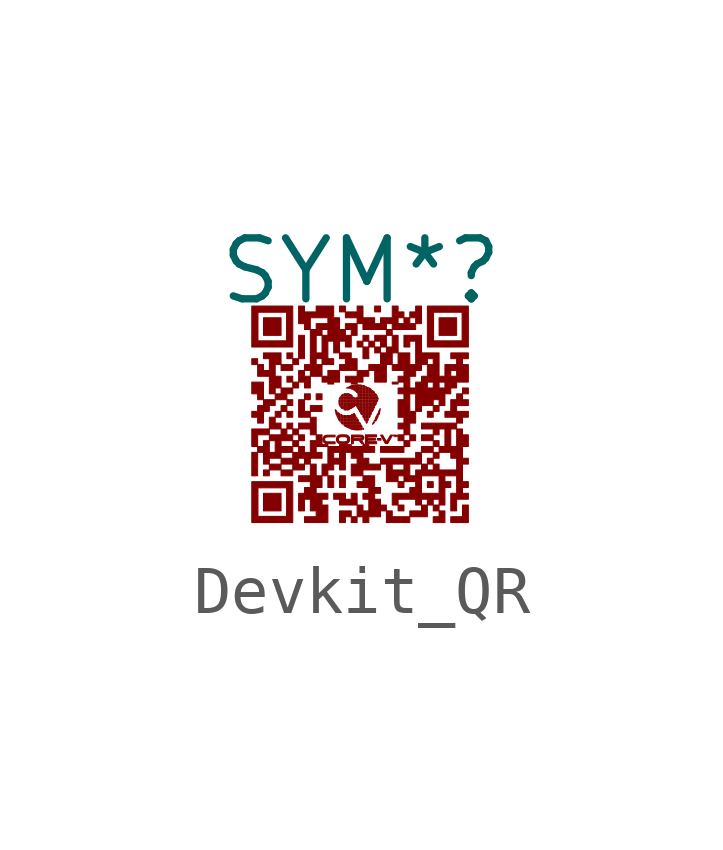
<source format=kicad_sym>
(kicad_symbol_lib
  (version 20220914)
  (generator kicad_symbol_editor)
  (symbol "Devkit_QR"
    (property "Reference" "SYM*"
      (at 0 2.794 0)
      (effects (font (size 1.27 1.27))))
    (property "Value" ""
      (at -0.762 -0.254 0)
      (effects (font (size 1.27 1.27))))
    (symbol "Devkit_QR_0_0"
      (polyline (pts (xy -0.436 -0.026) (xy -0.438 -0.024) (xy -0.439 -0.026) (xy -0.438 -0.028) (xy -0.436 -0.026)) (stroke (width 0.01) (type default)) (fill (type outline)))
      (polyline (pts (xy -0.303 0.358) (xy -0.305 0.359) (xy -0.307 0.358) (xy -0.305 0.356) (xy -0.303 0.358)) (stroke (width 0.01) (type default)) (fill (type outline)))
      (polyline (pts (xy 0.4 -0.073) (xy 0.398 -0.071) (xy 0.396 -0.073) (xy 0.398 -0.075) (xy 0.4 -0.073)) (stroke (width 0.01) (type default)) (fill (type outline)))
      (polyline (pts (xy -0.24 0.385) (xy -0.239 0.387) (xy -0.241 0.387) (xy -0.246 0.387) (xy -0.248 0.386) (xy -0.244 0.385) (xy -0.24 0.385)) (stroke (width 0.01) (type default)) (fill (type outline)))
      (polyline (pts (xy 0.111 0.385) (xy 0.112 0.387) (xy 0.111 0.387) (xy 0.105 0.387) (xy 0.103 0.386) (xy 0.107 0.385) (xy 0.111 0.385)) (stroke (width 0.01) (type default)) (fill (type outline)))
      (polyline (pts (xy 0.366 -0.23) (xy 0.367 -0.228) (xy 0.366 -0.221) (xy 0.365 -0.22) (xy 0.365 -0.225) (xy 0.365 -0.23) (xy 0.366 -0.23)) (stroke (width 0.01) (type default)) (fill (type outline)))
      (polyline (pts (xy 0.367 0.128) (xy 0.366 0.132) (xy 0.365 0.133) (xy 0.364 0.13) (xy 0.364 0.128) (xy 0.366 0.127) (xy 0.367 0.128)) (stroke (width 0.01) (type default)) (fill (type outline)))
      (polyline (pts (xy -1.666 -2.022) (xy -1.666 -1.839) (xy -1.849 -1.839) (xy -2.032 -1.839) (xy -2.032 -2.022) (xy -2.032 -2.205) (xy -1.849 -2.205) (xy -1.666 -2.205) (xy -1.666 -2.022)) (stroke (width 0.01) (type default)) (fill (type outline)))
      (polyline (pts (xy -1.666 1.636) (xy -1.666 1.819) (xy -1.849 1.819) (xy -2.032 1.819) (xy -2.032 1.636) (xy -2.032 1.453) (xy -1.849 1.453) (xy -1.666 1.453) (xy -1.666 1.636)) (stroke (width 0.01) (type default)) (fill (type outline)))
      (polyline (pts (xy -1.3 -0.803) (xy -1.3 -0.742) (xy -1.361 -0.742) (xy -1.422 -0.742) (xy -1.422 -0.803) (xy -1.422 -0.864) (xy -1.361 -0.864) (xy -1.3 -0.864) (xy -1.3 -0.803)) (stroke (width 0.01) (type default)) (fill (type outline)))
      (polyline (pts (xy -1.178 -0.681) (xy -1.178 -0.62) (xy -1.239 -0.62) (xy -1.3 -0.62) (xy -1.3 -0.681) (xy -1.3 -0.742) (xy -1.239 -0.742) (xy -1.178 -0.742) (xy -1.178 -0.681)) (stroke (width 0.01) (type default)) (fill (type outline)))
      (polyline (pts (xy -1.178 1.21) (xy -1.178 1.453) (xy -1.239 1.453) (xy -1.3 1.453) (xy -1.3 1.21) (xy -1.3 0.966) (xy -1.239 0.966) (xy -1.178 0.966) (xy -1.178 1.21)) (stroke (width 0.01) (type default)) (fill (type outline)))
      (polyline (pts (xy -1.056 0.173) (xy -1.056 0.234) (xy -1.117 0.234) (xy -1.178 0.234) (xy -1.178 0.173) (xy -1.178 0.112) (xy -1.117 0.112) (xy -1.056 0.112) (xy -1.056 0.173)) (stroke (width 0.01) (type default)) (fill (type outline)))
      (polyline (pts (xy -0.812 -0.071) (xy -0.812 -0.01) (xy -0.934 -0.01) (xy -1.056 -0.01) (xy -1.056 -0.071) (xy -1.056 -0.132) (xy -0.934 -0.132) (xy -0.812 -0.132) (xy -0.812 -0.071)) (stroke (width 0.01) (type default)) (fill (type outline)))
      (polyline (pts (xy -0.812 0.173) (xy -0.812 0.234) (xy -0.873 0.234) (xy -0.934 0.234) (xy -0.934 0.173) (xy -0.934 0.112) (xy -0.873 0.112) (xy -0.812 0.112) (xy -0.812 0.173)) (stroke (width 0.01) (type default)) (fill (type outline)))
      (polyline (pts (xy -0.501 -0.228) (xy -0.501 -0.223) (xy -0.502 -0.218) (xy -0.506 -0.219) (xy -0.506 -0.221) (xy -0.505 -0.228) (xy -0.504 -0.23) (xy -0.502 -0.232) (xy -0.501 -0.228)) (stroke (width 0.01) (type default)) (fill (type outline)))
      (polyline (pts (xy -0.371 -0.309) (xy -0.371 -0.282) (xy -0.395 -0.283) (xy -0.42 -0.284) (xy -0.421 -0.31) (xy -0.422 -0.337) (xy -0.397 -0.337) (xy -0.371 -0.337) (xy -0.371 -0.309)) (stroke (width 0.01) (type default)) (fill (type outline)))
      (polyline (pts (xy -0.371 0.017) (xy -0.371 0.044) (xy -0.395 0.043) (xy -0.42 0.042) (xy -0.421 0.016) (xy -0.422 -0.01) (xy -0.397 -0.01) (xy -0.371 -0.01) (xy -0.371 0.017)) (stroke (width 0.01) (type default)) (fill (type outline)))
      (polyline (pts (xy -0.371 0.148) (xy -0.371 0.173) (xy -0.396 0.173) (xy -0.421 0.173) (xy -0.421 0.148) (xy -0.421 0.123) (xy -0.396 0.123) (xy -0.371 0.123) (xy -0.371 0.148)) (stroke (width 0.01) (type default)) (fill (type outline)))
      (polyline (pts (xy -0.325 -1.596) (xy -0.325 -1.474) (xy -0.386 -1.474) (xy -0.447 -1.474) (xy -0.447 -1.596) (xy -0.447 -1.718) (xy -0.386 -1.718) (xy -0.325 -1.718) (xy -0.325 -1.596)) (stroke (width 0.01) (type default)) (fill (type outline)))
      (polyline (pts (xy -0.303 -0.376) (xy -0.303 -0.351) (xy -0.33 -0.351) (xy -0.357 -0.351) (xy -0.357 -0.376) (xy -0.357 -0.401) (xy -0.33 -0.401) (xy -0.303 -0.401) (xy -0.303 -0.376)) (stroke (width 0.01) (type default)) (fill (type outline)))
      (polyline (pts (xy -0.303 -0.05) (xy -0.303 -0.024) (xy -0.33 -0.024) (xy -0.357 -0.024) (xy -0.357 -0.05) (xy -0.357 -0.075) (xy -0.33 -0.075) (xy -0.303 -0.075) (xy -0.303 -0.05)) (stroke (width 0.01) (type default)) (fill (type outline)))
      (polyline (pts (xy -0.303 0.148) (xy -0.303 0.173) (xy -0.33 0.173) (xy -0.357 0.173) (xy -0.357 0.148) (xy -0.357 0.123) (xy -0.33 0.123) (xy -0.303 0.123) (xy -0.303 0.148)) (stroke (width 0.01) (type default)) (fill (type outline)))
      (polyline (pts (xy -0.265 -0.27) (xy -0.24 -0.269) (xy -0.239 -0.244) (xy -0.238 -0.218) (xy -0.263 -0.218) (xy -0.289 -0.218) (xy -0.289 -0.244) (xy -0.289 -0.27) (xy -0.265 -0.27)) (stroke (width 0.01) (type default)) (fill (type outline)))
      (polyline (pts (xy -0.264 0.058) (xy -0.238 0.059) (xy -0.238 0.084) (xy -0.238 0.108) (xy -0.264 0.108) (xy -0.289 0.108) (xy -0.289 0.082) (xy -0.289 0.056) (xy -0.264 0.058)) (stroke (width 0.01) (type default)) (fill (type outline)))
      (polyline (pts (xy -0.239 -0.31) (xy -0.24 -0.284) (xy -0.265 -0.283) (xy -0.289 -0.282) (xy -0.289 -0.309) (xy -0.289 -0.337) (xy -0.263 -0.337) (xy -0.238 -0.337) (xy -0.239 -0.31)) (stroke (width 0.01) (type default)) (fill (type outline)))
      (polyline (pts (xy -0.239 0.016) (xy -0.24 0.042) (xy -0.265 0.043) (xy -0.289 0.044) (xy -0.289 0.017) (xy -0.289 -0.01) (xy -0.263 -0.01) (xy -0.238 -0.01) (xy -0.239 0.016)) (stroke (width 0.01) (type default)) (fill (type outline)))
      (polyline (pts (xy -0.238 -0.484) (xy -0.24 -0.481) (xy -0.246 -0.48) (xy -0.248 -0.48) (xy -0.252 -0.481) (xy -0.249 -0.484) (xy -0.247 -0.485) (xy -0.241 -0.487) (xy -0.238 -0.484)) (stroke (width 0.01) (type default)) (fill (type outline)))
      (polyline (pts (xy -0.238 -0.441) (xy -0.238 -0.415) (xy -0.264 -0.415) (xy -0.289 -0.415) (xy -0.289 -0.441) (xy -0.289 -0.466) (xy -0.264 -0.466) (xy -0.238 -0.466) (xy -0.238 -0.441)) (stroke (width 0.01) (type default)) (fill (type outline)))
      (polyline (pts (xy -0.238 -0.376) (xy -0.238 -0.351) (xy -0.264 -0.351) (xy -0.289 -0.351) (xy -0.289 -0.376) (xy -0.289 -0.401) (xy -0.264 -0.401) (xy -0.238 -0.401) (xy -0.238 -0.376)) (stroke (width 0.01) (type default)) (fill (type outline)))
      (polyline (pts (xy -0.238 -0.05) (xy -0.238 -0.024) (xy -0.264 -0.024) (xy -0.289 -0.024) (xy -0.289 -0.05) (xy -0.289 -0.075) (xy -0.264 -0.075) (xy -0.238 -0.075) (xy -0.238 -0.05)) (stroke (width 0.01) (type default)) (fill (type outline)))
      (polyline (pts (xy -0.238 0.148) (xy -0.238 0.173) (xy -0.264 0.173) (xy -0.289 0.173) (xy -0.289 0.148) (xy -0.289 0.123) (xy -0.264 0.123) (xy -0.238 0.123) (xy -0.238 0.148)) (stroke (width 0.01) (type default)) (fill (type outline)))
      (polyline (pts (xy -0.199 -0.269) (xy -0.174 -0.268) (xy -0.174 -0.243) (xy -0.174 -0.218) (xy -0.199 -0.218) (xy -0.224 -0.218) (xy -0.224 -0.244) (xy -0.224 -0.27) (xy -0.199 -0.269)) (stroke (width 0.01) (type default)) (fill (type outline)))
      (polyline (pts (xy -0.174 -0.441) (xy -0.174 -0.415) (xy -0.199 -0.415) (xy -0.224 -0.415) (xy -0.224 -0.441) (xy -0.224 -0.466) (xy -0.199 -0.466) (xy -0.174 -0.466) (xy -0.174 -0.441)) (stroke (width 0.01) (type default)) (fill (type outline)))
      (polyline (pts (xy -0.174 -0.376) (xy -0.174 -0.351) (xy -0.199 -0.351) (xy -0.224 -0.351) (xy -0.224 -0.376) (xy -0.224 -0.401) (xy -0.199 -0.401) (xy -0.174 -0.401) (xy -0.174 -0.376)) (stroke (width 0.01) (type default)) (fill (type outline)))
      (polyline (pts (xy -0.174 -0.31) (xy -0.174 -0.283) (xy -0.199 -0.283) (xy -0.224 -0.283) (xy -0.224 -0.31) (xy -0.224 -0.337) (xy -0.199 -0.337) (xy -0.174 -0.337) (xy -0.174 -0.31)) (stroke (width 0.01) (type default)) (fill (type outline)))
      (polyline (pts (xy -0.174 0.017) (xy -0.174 0.044) (xy -0.199 0.044) (xy -0.224 0.044) (xy -0.224 0.017) (xy -0.224 -0.01) (xy -0.199 -0.01) (xy -0.174 -0.01) (xy -0.174 0.017)) (stroke (width 0.01) (type default)) (fill (type outline)))
      (polyline (pts (xy -0.174 0.083) (xy -0.174 0.108) (xy -0.199 0.108) (xy -0.224 0.108) (xy -0.224 0.083) (xy -0.224 0.058) (xy -0.199 0.058) (xy -0.174 0.058) (xy -0.174 0.083)) (stroke (width 0.01) (type default)) (fill (type outline)))
      (polyline (pts (xy -0.174 0.148) (xy -0.174 0.173) (xy -0.199 0.173) (xy -0.224 0.173) (xy -0.224 0.148) (xy -0.224 0.123) (xy -0.199 0.123) (xy -0.174 0.123) (xy -0.174 0.148)) (stroke (width 0.01) (type default)) (fill (type outline)))
      (polyline (pts (xy -0.109 -0.441) (xy -0.109 -0.415) (xy -0.135 -0.415) (xy -0.16 -0.415) (xy -0.16 -0.441) (xy -0.16 -0.466) (xy -0.135 -0.466) (xy -0.109 -0.466) (xy -0.109 -0.441)) (stroke (width 0.01) (type default)) (fill (type outline)))
      (polyline (pts (xy -0.109 -0.376) (xy -0.109 -0.351) (xy -0.135 -0.351) (xy -0.16 -0.351) (xy -0.16 -0.376) (xy -0.16 -0.401) (xy -0.135 -0.401) (xy -0.109 -0.401) (xy -0.109 -0.376)) (stroke (width 0.01) (type default)) (fill (type outline)))
      (polyline (pts (xy -0.109 -0.31) (xy -0.109 -0.283) (xy -0.135 -0.283) (xy -0.16 -0.283) (xy -0.16 -0.31) (xy -0.16 -0.337) (xy -0.135 -0.337) (xy -0.109 -0.337) (xy -0.109 -0.31)) (stroke (width 0.01) (type default)) (fill (type outline)))
      (polyline (pts (xy -0.109 0.017) (xy -0.109 0.044) (xy -0.135 0.044) (xy -0.16 0.044) (xy -0.16 0.017) (xy -0.16 -0.01) (xy -0.135 -0.01) (xy -0.109 -0.01) (xy -0.109 0.017)) (stroke (width 0.01) (type default)) (fill (type outline)))
      (polyline (pts (xy -0.109 0.343) (xy -0.109 0.37) (xy -0.135 0.37) (xy -0.16 0.37) (xy -0.16 0.343) (xy -0.16 0.316) (xy -0.135 0.316) (xy -0.109 0.316) (xy -0.109 0.343)) (stroke (width 0.01) (type default)) (fill (type outline)))
      (polyline (pts (xy -0.085 -0.268) (xy -0.088 -0.261) (xy -0.091 -0.256) (xy -0.093 -0.255) (xy -0.094 -0.259) (xy -0.094 -0.263) (xy -0.091 -0.269) (xy -0.086 -0.271) (xy -0.085 -0.268)) (stroke (width 0.01) (type default)) (fill (type outline)))
      (polyline (pts (xy -0.045 -0.5) (xy -0.045 -0.48) (xy -0.07 -0.48) (xy -0.095 -0.48) (xy -0.095 -0.5) (xy -0.095 -0.519) (xy -0.07 -0.519) (xy -0.045 -0.519) (xy -0.045 -0.5)) (stroke (width 0.01) (type default)) (fill (type outline)))
      (polyline (pts (xy -0.045 -0.441) (xy -0.045 -0.415) (xy -0.07 -0.415) (xy -0.095 -0.415) (xy -0.095 -0.441) (xy -0.095 -0.466) (xy -0.07 -0.466) (xy -0.045 -0.466) (xy -0.045 -0.441)) (stroke (width 0.01) (type default)) (fill (type outline)))
      (polyline (pts (xy -0.045 -0.376) (xy -0.045 -0.351) (xy -0.07 -0.351) (xy -0.095 -0.351) (xy -0.095 -0.376) (xy -0.095 -0.401) (xy -0.07 -0.401) (xy -0.045 -0.401) (xy -0.045 -0.376)) (stroke (width 0.01) (type default)) (fill (type outline)))
      (polyline (pts (xy -0.045 0.017) (xy -0.045 0.044) (xy -0.069 0.043) (xy -0.093 0.042) (xy -0.094 0.016) (xy -0.095 -0.01) (xy -0.07 -0.01) (xy -0.045 -0.01) (xy -0.045 0.017)) (stroke (width 0.01) (type default)) (fill (type outline)))
      (polyline (pts (xy -0.045 0.343) (xy -0.045 0.37) (xy -0.069 0.369) (xy -0.093 0.368) (xy -0.094 0.342) (xy -0.095 0.316) (xy -0.07 0.316) (xy -0.045 0.316) (xy -0.045 0.343)) (stroke (width 0.01) (type default)) (fill (type outline)))
      (polyline (pts (xy 0.023 -0.05) (xy 0.023 -0.024) (xy -0.004 -0.024) (xy -0.03 -0.024) (xy -0.03 -0.05) (xy -0.03 -0.075) (xy -0.004 -0.075) (xy 0.023 -0.075) (xy 0.023 -0.05)) (stroke (width 0.01) (type default)) (fill (type outline)))
      (polyline (pts (xy 0.023 0.148) (xy 0.023 0.173) (xy -0.004 0.173) (xy -0.03 0.173) (xy -0.03 0.148) (xy -0.03 0.123) (xy -0.004 0.123) (xy 0.023 0.123) (xy 0.023 0.148)) (stroke (width 0.01) (type default)) (fill (type outline)))
      (polyline (pts (xy 0.023 0.212) (xy 0.023 0.237) (xy -0.004 0.237) (xy -0.03 0.237) (xy -0.03 0.212) (xy -0.03 0.187) (xy -0.004 0.187) (xy 0.023 0.187) (xy 0.023 0.212)) (stroke (width 0.01) (type default)) (fill (type outline)))
      (polyline (pts (xy 0.023 0.277) (xy 0.023 0.302) (xy -0.004 0.302) (xy -0.03 0.302) (xy -0.03 0.277) (xy -0.03 0.252) (xy -0.004 0.252) (xy 0.023 0.252) (xy 0.023 0.277)) (stroke (width 0.01) (type default)) (fill (type outline)))
      (polyline (pts (xy 0.063 0.058) (xy 0.088 0.059) (xy 0.088 0.084) (xy 0.088 0.108) (xy 0.063 0.108) (xy 0.038 0.108) (xy 0.038 0.082) (xy 0.038 0.056) (xy 0.063 0.058)) (stroke (width 0.01) (type default)) (fill (type outline)))
      (polyline (pts (xy 0.087 0.016) (xy 0.086 0.042) (xy 0.062 0.043) (xy 0.038 0.044) (xy 0.038 0.017) (xy 0.038 -0.01) (xy 0.063 -0.01) (xy 0.088 -0.01) (xy 0.087 0.016)) (stroke (width 0.01) (type default)) (fill (type outline)))
      (polyline (pts (xy 0.087 0.342) (xy 0.086 0.368) (xy 0.062 0.369) (xy 0.038 0.37) (xy 0.038 0.343) (xy 0.038 0.316) (xy 0.063 0.316) (xy 0.088 0.316) (xy 0.087 0.342)) (stroke (width 0.01) (type default)) (fill (type outline)))
      (polyline (pts (xy 0.088 -0.179) (xy 0.088 -0.154) (xy 0.063 -0.154) (xy 0.038 -0.154) (xy 0.038 -0.179) (xy 0.038 -0.204) (xy 0.063 -0.204) (xy 0.088 -0.204) (xy 0.088 -0.179)) (stroke (width 0.01) (type default)) (fill (type outline)))
      (polyline (pts (xy 0.088 -0.114) (xy 0.088 -0.089) (xy 0.063 -0.089) (xy 0.038 -0.089) (xy 0.038 -0.114) (xy 0.038 -0.139) (xy 0.063 -0.139) (xy 0.088 -0.139) (xy 0.088 -0.114)) (stroke (width 0.01) (type default)) (fill (type outline)))
      (polyline (pts (xy 0.088 -0.05) (xy 0.088 -0.024) (xy 0.063 -0.024) (xy 0.038 -0.024) (xy 0.038 -0.05) (xy 0.038 -0.075) (xy 0.063 -0.075) (xy 0.088 -0.075) (xy 0.088 -0.05)) (stroke (width 0.01) (type default)) (fill (type outline)))
      (polyline (pts (xy 0.088 0.148) (xy 0.088 0.173) (xy 0.063 0.173) (xy 0.038 0.173) (xy 0.038 0.148) (xy 0.038 0.123) (xy 0.063 0.123) (xy 0.088 0.123) (xy 0.088 0.148)) (stroke (width 0.01) (type default)) (fill (type outline)))
      (polyline (pts (xy 0.088 0.212) (xy 0.088 0.237) (xy 0.063 0.237) (xy 0.038 0.237) (xy 0.038 0.212) (xy 0.038 0.187) (xy 0.063 0.187) (xy 0.088 0.187) (xy 0.088 0.212)) (stroke (width 0.01) (type default)) (fill (type outline)))
      (polyline (pts (xy 0.088 0.277) (xy 0.088 0.302) (xy 0.063 0.302) (xy 0.038 0.302) (xy 0.038 0.277) (xy 0.038 0.252) (xy 0.063 0.252) (xy 0.088 0.252) (xy 0.088 0.277)) (stroke (width 0.01) (type default)) (fill (type outline)))
      (polyline (pts (xy 0.127 -0.269) (xy 0.152 -0.268) (xy 0.152 -0.243) (xy 0.152 -0.218) (xy 0.127 -0.218) (xy 0.102 -0.218) (xy 0.102 -0.244) (xy 0.102 -0.27) (xy 0.127 -0.269)) (stroke (width 0.01) (type default)) (fill (type outline)))
      (polyline (pts (xy 0.152 0.342) (xy 0.151 0.368) (xy 0.127 0.369) (xy 0.102 0.37) (xy 0.102 0.343) (xy 0.102 0.316) (xy 0.128 0.316) (xy 0.153 0.316) (xy 0.152 0.342)) (stroke (width 0.01) (type default)) (fill (type outline)))
      (polyline (pts (xy 0.152 -0.179) (xy 0.152 -0.154) (xy 0.127 -0.154) (xy 0.102 -0.154) (xy 0.102 -0.179) (xy 0.102 -0.204) (xy 0.127 -0.204) (xy 0.152 -0.204) (xy 0.152 -0.179)) (stroke (width 0.01) (type default)) (fill (type outline)))
      (polyline (pts (xy 0.152 -0.114) (xy 0.152 -0.089) (xy 0.127 -0.089) (xy 0.102 -0.089) (xy 0.102 -0.114) (xy 0.102 -0.139) (xy 0.127 -0.139) (xy 0.152 -0.139) (xy 0.152 -0.114)) (stroke (width 0.01) (type default)) (fill (type outline)))
      (polyline (pts (xy 0.152 -0.05) (xy 0.152 -0.024) (xy 0.127 -0.024) (xy 0.102 -0.024) (xy 0.102 -0.05) (xy 0.102 -0.075) (xy 0.127 -0.075) (xy 0.152 -0.075) (xy 0.152 -0.05)) (stroke (width 0.01) (type default)) (fill (type outline)))
      (polyline (pts (xy 0.152 0.017) (xy 0.152 0.044) (xy 0.127 0.044) (xy 0.102 0.044) (xy 0.102 0.017) (xy 0.102 -0.01) (xy 0.127 -0.01) (xy 0.152 -0.01) (xy 0.152 0.017)) (stroke (width 0.01) (type default)) (fill (type outline)))
      (polyline (pts (xy 0.152 0.083) (xy 0.152 0.108) (xy 0.127 0.108) (xy 0.102 0.108) (xy 0.102 0.083) (xy 0.102 0.058) (xy 0.127 0.058) (xy 0.152 0.058) (xy 0.152 0.083)) (stroke (width 0.01) (type default)) (fill (type outline)))
      (polyline (pts (xy 0.152 0.148) (xy 0.152 0.173) (xy 0.127 0.173) (xy 0.102 0.173) (xy 0.102 0.148) (xy 0.102 0.123) (xy 0.127 0.123) (xy 0.152 0.123) (xy 0.152 0.148)) (stroke (width 0.01) (type default)) (fill (type outline)))
      (polyline (pts (xy 0.152 0.212) (xy 0.152 0.237) (xy 0.127 0.237) (xy 0.102 0.237) (xy 0.102 0.212) (xy 0.102 0.187) (xy 0.127 0.187) (xy 0.152 0.187) (xy 0.152 0.212)) (stroke (width 0.01) (type default)) (fill (type outline)))
      (polyline (pts (xy 0.152 0.277) (xy 0.152 0.302) (xy 0.127 0.302) (xy 0.102 0.302) (xy 0.102 0.277) (xy 0.102 0.252) (xy 0.127 0.252) (xy 0.152 0.252) (xy 0.152 0.277)) (stroke (width 0.01) (type default)) (fill (type outline)))
      (polyline (pts (xy 0.217 -0.114) (xy 0.217 -0.089) (xy 0.192 -0.089) (xy 0.167 -0.089) (xy 0.167 -0.114) (xy 0.167 -0.139) (xy 0.192 -0.139) (xy 0.217 -0.139) (xy 0.217 -0.114)) (stroke (width 0.01) (type default)) (fill (type outline)))
      (polyline (pts (xy 0.217 -0.05) (xy 0.217 -0.024) (xy 0.192 -0.024) (xy 0.167 -0.024) (xy 0.167 -0.05) (xy 0.167 -0.075) (xy 0.192 -0.075) (xy 0.217 -0.075) (xy 0.217 -0.05)) (stroke (width 0.01) (type default)) (fill (type outline)))
      (polyline (pts (xy 0.217 0.017) (xy 0.217 0.044) (xy 0.192 0.044) (xy 0.167 0.044) (xy 0.167 0.017) (xy 0.167 -0.01) (xy 0.192 -0.01) (xy 0.217 -0.01) (xy 0.217 0.017)) (stroke (width 0.01) (type default)) (fill (type outline)))
      (polyline (pts (xy 0.217 0.083) (xy 0.217 0.108) (xy 0.192 0.108) (xy 0.167 0.108) (xy 0.167 0.083) (xy 0.167 0.058) (xy 0.192 0.058) (xy 0.217 0.058) (xy 0.217 0.083)) (stroke (width 0.01) (type default)) (fill (type outline)))
      (polyline (pts (xy 0.217 0.148) (xy 0.217 0.173) (xy 0.192 0.173) (xy 0.167 0.173) (xy 0.167 0.148) (xy 0.167 0.123) (xy 0.192 0.123) (xy 0.217 0.123) (xy 0.217 0.148)) (stroke (width 0.01) (type default)) (fill (type outline)))
      (polyline (pts (xy 0.217 0.212) (xy 0.217 0.237) (xy 0.192 0.237) (xy 0.167 0.237) (xy 0.167 0.212) (xy 0.167 0.187) (xy 0.192 0.187) (xy 0.217 0.187) (xy 0.217 0.212)) (stroke (width 0.01) (type default)) (fill (type outline)))
      (polyline (pts (xy 0.217 0.277) (xy 0.217 0.302) (xy 0.192 0.302) (xy 0.167 0.302) (xy 0.167 0.277) (xy 0.167 0.252) (xy 0.192 0.252) (xy 0.217 0.252) (xy 0.217 0.277)) (stroke (width 0.01) (type default)) (fill (type outline)))
      (polyline (pts (xy 0.28 -0.334) (xy 0.281 -0.325) (xy 0.281 -0.313) (xy 0.276 -0.322) (xy 0.273 -0.329) (xy 0.271 -0.334) (xy 0.272 -0.335) (xy 0.276 -0.337) (xy 0.28 -0.334)) (stroke (width 0.01) (type default)) (fill (type outline)))
      (polyline (pts (xy 0.282 0.017) (xy 0.282 0.044) (xy 0.257 0.043) (xy 0.233 0.042) (xy 0.232 0.016) (xy 0.231 -0.01) (xy 0.256 -0.01) (xy 0.282 -0.01) (xy 0.282 0.017)) (stroke (width 0.01) (type default)) (fill (type outline)))
      (polyline (pts (xy 0.282 0.148) (xy 0.282 0.173) (xy 0.257 0.173) (xy 0.231 0.173) (xy 0.231 0.148) (xy 0.231 0.123) (xy 0.257 0.123) (xy 0.282 0.123) (xy 0.282 0.148)) (stroke (width 0.01) (type default)) (fill (type outline)))
      (polyline (pts (xy 0.282 0.212) (xy 0.282 0.237) (xy 0.257 0.237) (xy 0.231 0.237) (xy 0.231 0.212) (xy 0.231 0.187) (xy 0.257 0.187) (xy 0.282 0.187) (xy 0.282 0.212)) (stroke (width 0.01) (type default)) (fill (type outline)))
      (polyline (pts (xy 0.349 0.147) (xy 0.348 0.171) (xy 0.322 0.172) (xy 0.296 0.173) (xy 0.296 0.148) (xy 0.296 0.123) (xy 0.323 0.123) (xy 0.35 0.123) (xy 0.349 0.147)) (stroke (width 0.01) (type default)) (fill (type outline)))
      (polyline (pts (xy 0.407 2.002) (xy 0.407 2.063) (xy 0.346 2.063) (xy 0.285 2.063) (xy 0.285 2.002) (xy 0.285 1.941) (xy 0.346 1.941) (xy 0.407 1.941) (xy 0.407 2.002)) (stroke (width 0.01) (type default)) (fill (type outline)))
      (polyline (pts (xy 0.895 -2.144) (xy 0.895 -2.083) (xy 0.834 -2.083) (xy 0.773 -2.083) (xy 0.773 -2.144) (xy 0.773 -2.205) (xy 0.834 -2.205) (xy 0.895 -2.205) (xy 0.895 -2.144)) (stroke (width 0.01) (type default)) (fill (type outline)))
      (polyline (pts (xy 0.895 -1.657) (xy 0.895 -1.596) (xy 0.834 -1.596) (xy 0.773 -1.596) (xy 0.773 -1.657) (xy 0.773 -1.718) (xy 0.834 -1.718) (xy 0.895 -1.718) (xy 0.895 -1.657)) (stroke (width 0.01) (type default)) (fill (type outline)))
      (polyline (pts (xy 0.895 -0.925) (xy 0.895 -0.864) (xy 0.651 -0.864) (xy 0.407 -0.864) (xy 0.407 -0.925) (xy 0.407 -0.986) (xy 0.651 -0.986) (xy 0.895 -0.986) (xy 0.895 -0.925)) (stroke (width 0.01) (type default)) (fill (type outline)))
      (polyline (pts (xy 1.505 -1.657) (xy 1.505 -1.596) (xy 1.444 -1.596) (xy 1.383 -1.596) (xy 1.383 -1.657) (xy 1.383 -1.718) (xy 1.444 -1.718) (xy 1.505 -1.718) (xy 1.505 -1.657)) (stroke (width 0.01) (type default)) (fill (type outline)))
      (polyline (pts (xy 1.505 -1.169) (xy 1.505 -1.108) (xy 1.444 -1.108) (xy 1.383 -1.108) (xy 1.383 -1.169) (xy 1.383 -1.23) (xy 1.444 -1.23) (xy 1.505 -1.23) (xy 1.505 -1.169)) (stroke (width 0.01) (type default)) (fill (type outline)))
      (polyline (pts (xy 1.505 -0.193) (xy 1.505 -0.132) (xy 1.444 -0.132) (xy 1.383 -0.132) (xy 1.383 -0.193) (xy 1.383 -0.254) (xy 1.444 -0.254) (xy 1.505 -0.254) (xy 1.505 -0.193)) (stroke (width 0.01) (type default)) (fill (type outline)))
      (polyline (pts (xy 1.627 -1.047) (xy 1.627 -0.986) (xy 1.566 -0.986) (xy 1.505 -0.986) (xy 1.505 -1.047) (xy 1.505 -1.108) (xy 1.566 -1.108) (xy 1.627 -1.108) (xy 1.627 -1.047)) (stroke (width 0.01) (type default)) (fill (type outline)))
      (polyline (pts (xy 1.993 1.636) (xy 1.993 1.819) (xy 1.81 1.819) (xy 1.627 1.819) (xy 1.627 1.636) (xy 1.627 1.453) (xy 1.81 1.453) (xy 1.993 1.453) (xy 1.993 1.636)) (stroke (width 0.01) (type default)) (fill (type outline)))
      (polyline (pts (xy 2.237 0.295) (xy 2.237 0.356) (xy 2.176 0.356) (xy 2.115 0.356) (xy 2.115 0.295) (xy 2.115 0.234) (xy 2.176 0.234) (xy 2.237 0.234) (xy 2.237 0.295)) (stroke (width 0.01) (type default)) (fill (type outline)))
      (polyline (pts (xy -0.395 -0.203) (xy -0.407 -0.198) (xy -0.413 -0.195) (xy -0.419 -0.194) (xy -0.421 -0.195) (xy -0.421 -0.198) (xy -0.421 -0.2) (xy -0.418 -0.203) (xy -0.408 -0.204) (xy -0.395 -0.203)) (stroke (width 0.01) (type default)) (fill (type outline)))
      (polyline (pts (xy -0.11 0.287) (xy -0.109 0.293) (xy -0.11 0.298) (xy -0.113 0.301) (xy -0.121 0.302) (xy -0.133 0.302) (xy -0.122 0.293) (xy -0.115 0.287) (xy -0.111 0.285) (xy -0.11 0.287)) (stroke (width 0.01) (type default)) (fill (type outline)))
      (polyline (pts (xy -0.045 -0.102) (xy -0.045 -0.096) (xy -0.046 -0.092) (xy -0.05 -0.089) (xy -0.051 -0.089) (xy -0.054 -0.091) (xy -0.052 -0.096) (xy -0.049 -0.101) (xy -0.046 -0.103) (xy -0.045 -0.102)) (stroke (width 0.01) (type default)) (fill (type outline)))
      (polyline (pts (xy -0.014 -0.384) (xy -0.021 -0.373) (xy -0.026 -0.366) (xy -0.029 -0.365) (xy -0.03 -0.37) (xy -0.03 -0.381) (xy -0.03 -0.401) (xy -0.018 -0.401) (xy -0.005 -0.401) (xy -0.014 -0.384)) (stroke (width 0.01) (type default)) (fill (type outline)))
      (polyline (pts (xy -0.238 0.209) (xy -0.239 0.216) (xy -0.241 0.227) (xy -0.246 0.234) (xy -0.255 0.237) (xy -0.271 0.237) (xy -0.289 0.237) (xy -0.289 0.212) (xy -0.289 0.187) (xy -0.264 0.187) (xy -0.238 0.187) (xy -0.238 0.209)) (stroke (width 0.01) (type default)) (fill (type outline)))
      (polyline (pts (xy -0.202 0.187) (xy -0.179 0.188) (xy -0.198 0.205) (xy -0.199 0.206) (xy -0.209 0.215) (xy -0.217 0.221) (xy -0.221 0.223) (xy -0.222 0.222) (xy -0.224 0.215) (xy -0.224 0.205) (xy -0.224 0.187) (xy -0.202 0.187)) (stroke (width 0.01) (type default)) (fill (type outline)))
      (polyline (pts (xy -0.11 -0.249) (xy -0.11 -0.234) (xy -0.111 -0.225) (xy -0.115 -0.22) (xy -0.123 -0.218) (xy -0.136 -0.218) (xy -0.16 -0.218) (xy -0.16 -0.243) (xy -0.16 -0.268) (xy -0.135 -0.269) (xy -0.111 -0.27) (xy -0.11 -0.249)) (stroke (width 0.01) (type default)) (fill (type outline)))
      (polyline (pts (xy 0.197 0.316) (xy 0.209 0.317) (xy 0.216 0.32) (xy 0.217 0.324) (xy 0.211 0.33) (xy 0.2 0.338) (xy 0.182 0.35) (xy 0.167 0.359) (xy 0.167 0.338) (xy 0.167 0.316) (xy 0.192 0.316) (xy 0.197 0.316)) (stroke (width 0.01) (type default)) (fill (type outline)))
      (polyline (pts (xy 0.33 0.202) (xy 0.326 0.208) (xy 0.315 0.224) (xy 0.307 0.234) (xy 0.302 0.237) (xy 0.298 0.235) (xy 0.296 0.227) (xy 0.296 0.212) (xy 0.296 0.187) (xy 0.318 0.187) (xy 0.339 0.187) (xy 0.33 0.202)) (stroke (width 0.01) (type default)) (fill (type outline)))
      (polyline (pts (xy -0.439 0.123) (xy -0.437 0.126) (xy -0.436 0.133) (xy -0.436 0.145) (xy -0.436 0.168) (xy -0.445 0.149) (xy -0.448 0.142) (xy -0.452 0.133) (xy -0.454 0.127) (xy -0.452 0.124) (xy -0.445 0.123) (xy -0.444 0.123) (xy -0.439 0.123)) (stroke (width 0.01) (type default)) (fill (type outline)))
      (polyline (pts (xy -0.371 -0.05) (xy -0.371 -0.024) (xy -0.396 -0.024) (xy -0.421 -0.024) (xy -0.421 -0.038) (xy -0.421 -0.047) (xy -0.417 -0.055) (xy -0.409 -0.064) (xy -0.408 -0.064) (xy -0.396 -0.072) (xy -0.384 -0.075) (xy -0.371 -0.075) (xy -0.371 -0.05)) (stroke (width 0.01) (type default)) (fill (type outline)))
      (polyline (pts (xy -0.31 0.058) (xy -0.305 0.058) (xy -0.304 0.062) (xy -0.304 0.071) (xy -0.304 0.084) (xy -0.305 0.106) (xy -0.331 0.107) (xy -0.357 0.109) (xy -0.357 0.084) (xy -0.357 0.058) (xy -0.333 0.057) (xy -0.32 0.057) (xy -0.31 0.058)) (stroke (width 0.01) (type default)) (fill (type outline)))
      (polyline (pts (xy -0.303 0.212) (xy -0.303 0.237) (xy -0.324 0.237) (xy -0.326 0.237) (xy -0.341 0.237) (xy -0.35 0.235) (xy -0.355 0.231) (xy -0.356 0.223) (xy -0.357 0.21) (xy -0.357 0.187) (xy -0.33 0.187) (xy -0.303 0.187) (xy -0.303 0.212)) (stroke (width 0.01) (type default)) (fill (type outline)))
      (polyline (pts (xy -0.146 -0.035) (xy -0.142 -0.033) (xy -0.135 -0.028) (xy -0.131 -0.026) (xy -0.131 -0.025) (xy -0.136 -0.025) (xy -0.145 -0.024) (xy -0.147 -0.025) (xy -0.155 -0.025) (xy -0.159 -0.028) (xy -0.16 -0.034) (xy -0.16 -0.043) (xy -0.146 -0.035)) (stroke (width 0.01) (type default)) (fill (type outline)))
      (polyline (pts (xy -0.109 0.403) (xy -0.109 0.421) (xy -0.128 0.419) (xy -0.129 0.419) (xy -0.143 0.416) (xy -0.153 0.414) (xy -0.157 0.411) (xy -0.159 0.406) (xy -0.16 0.399) (xy -0.16 0.385) (xy -0.135 0.385) (xy -0.109 0.385) (xy -0.109 0.403)) (stroke (width 0.01) (type default)) (fill (type outline)))
      (polyline (pts (xy -0.045 0.148) (xy -0.045 0.173) (xy -0.056 0.173) (xy -0.068 0.17) (xy -0.081 0.162) (xy -0.082 0.161) (xy -0.09 0.153) (xy -0.094 0.146) (xy -0.095 0.136) (xy -0.095 0.123) (xy -0.07 0.123) (xy -0.045 0.123) (xy -0.045 0.148)) (stroke (width 0.01) (type default)) (fill (type outline)))
      (polyline (pts (xy -0.045 0.277) (xy -0.045 0.302) (xy -0.07 0.302) (xy -0.095 0.302) (xy -0.095 0.285) (xy -0.095 0.281) (xy -0.093 0.269) (xy -0.087 0.26) (xy -0.083 0.256) (xy -0.075 0.253) (xy -0.062 0.252) (xy -0.045 0.252) (xy -0.045 0.277)) (stroke (width 0.01) (type default)) (fill (type outline)))
      (polyline (pts (xy 0.022 0.057) (xy 0.022 0.082) (xy 0.022 0.106) (xy -0.004 0.106) (xy -0.029 0.106) (xy -0.03 0.085) (xy -0.03 0.076) (xy -0.03 0.066) (xy -0.029 0.06) (xy -0.026 0.059) (xy -0.017 0.057) (xy -0.003 0.057) (xy 0.022 0.057)) (stroke (width 0.01) (type default)) (fill (type outline)))
      (polyline (pts (xy 0.023 -0.114) (xy 0.023 -0.089) (xy -0.004 -0.089) (xy -0.03 -0.089) (xy -0.03 -0.112) (xy -0.03 -0.123) (xy -0.029 -0.132) (xy -0.028 -0.137) (xy -0.024 -0.138) (xy -0.014 -0.139) (xy -0.001 -0.139) (xy 0.023 -0.139) (xy 0.023 -0.114)) (stroke (width 0.01) (type default)) (fill (type outline)))
      (polyline (pts (xy 0.023 0.398) (xy 0.023 0.401) (xy 0.023 0.407) (xy 0.02 0.412) (xy 0.015 0.414) (xy 0.004 0.417) (xy -0.012 0.419) (xy -0.03 0.421) (xy -0.03 0.403) (xy -0.03 0.385) (xy -0.004 0.385) (xy 0.023 0.385) (xy 0.023 0.398)) (stroke (width 0.01) (type default)) (fill (type outline)))
      (polyline (pts (xy 0.047 -0.506) (xy 0.053 -0.504) (xy 0.055 -0.502) (xy 0.053 -0.497) (xy 0.049 -0.49) (xy 0.045 -0.484) (xy 0.041 -0.48) (xy 0.039 -0.484) (xy 0.038 -0.494) (xy 0.038 -0.496) (xy 0.038 -0.504) (xy 0.041 -0.506) (xy 0.047 -0.506)) (stroke (width 0.01) (type default)) (fill (type outline)))
      (polyline (pts (xy 2.237 -2.266) (xy 2.237 -2.083) (xy 2.176 -2.083) (xy 2.115 -2.083) (xy 2.115 -2.205) (xy 2.115 -2.327) (xy 1.993 -2.327) (xy 1.871 -2.327) (xy 1.871 -2.388) (xy 1.871 -2.449) (xy 2.054 -2.449) (xy 2.237 -2.449) (xy 2.237 -2.266)) (stroke (width 0.01) (type default)) (fill (type outline)))
      (polyline (pts (xy -0.437 0.055) (xy -0.436 0.059) (xy -0.436 0.069) (xy -0.436 0.082) (xy -0.436 0.109) (xy -0.447 0.108) (xy -0.459 0.106) (xy -0.46 0.083) (xy -0.461 0.059) (xy -0.449 0.057) (xy -0.449 0.057) (xy -0.44 0.056) (xy -0.437 0.055) (xy -0.437 0.055)) (stroke (width 0.01) (type default)) (fill (type outline)))
      (polyline (pts (xy -0.329 -0.336) (xy -0.305 -0.335) (xy -0.305 -0.31) (xy -0.305 -0.284) (xy -0.33 -0.284) (xy -0.355 -0.284) (xy -0.356 -0.306) (xy -0.356 -0.315) (xy -0.356 -0.326) (xy -0.355 -0.332) (xy -0.355 -0.332) (xy -0.351 -0.335) (xy -0.343 -0.336) (xy -0.329 -0.336)) (stroke (width 0.01) (type default)) (fill (type outline)))
      (polyline (pts (xy -0.329 -0.009) (xy -0.305 -0.008) (xy -0.305 0.017) (xy -0.305 0.042) (xy -0.33 0.042) (xy -0.355 0.042) (xy -0.356 0.021) (xy -0.356 0.011) (xy -0.356 0.001) (xy -0.355 -0.005) (xy -0.355 -0.006) (xy -0.351 -0.009) (xy -0.343 -0.01) (xy -0.329 -0.009)) (stroke (width 0.01) (type default)) (fill (type outline)))
      (polyline (pts (xy -0.11 0.059) (xy -0.11 0.069) (xy -0.109 0.081) (xy -0.109 0.108) (xy -0.135 0.108) (xy -0.16 0.108) (xy -0.16 0.083) (xy -0.16 0.058) (xy -0.135 0.057) (xy -0.135 0.057) (xy -0.123 0.056) (xy -0.114 0.056) (xy -0.11 0.055) (xy -0.11 0.059)) (stroke (width 0.01) (type default)) (fill (type outline)))
      (polyline (pts (xy -0.109 0.135) (xy -0.109 0.136) (xy -0.11 0.144) (xy -0.113 0.147) (xy -0.121 0.148) (xy -0.123 0.148) (xy -0.135 0.15) (xy -0.146 0.154) (xy -0.16 0.161) (xy -0.16 0.142) (xy -0.16 0.123) (xy -0.135 0.123) (xy -0.109 0.123) (xy -0.109 0.135)) (stroke (width 0.01) (type default)) (fill (type outline)))
      (polyline (pts (xy -0.003 -0.009) (xy 0.022 -0.008) (xy 0.022 0.017) (xy 0.022 0.042) (xy -0.004 0.042) (xy -0.029 0.042) (xy -0.03 0.021) (xy -0.03 0.011) (xy -0.03 0.001) (xy -0.029 -0.005) (xy -0.029 -0.006) (xy -0.025 -0.009) (xy -0.017 -0.01) (xy -0.003 -0.009)) (stroke (width 0.01) (type default)) (fill (type outline)))
      (polyline (pts (xy -0.003 0.317) (xy 0.022 0.318) (xy 0.022 0.343) (xy 0.022 0.368) (xy -0.004 0.368) (xy -0.029 0.368) (xy -0.03 0.347) (xy -0.03 0.338) (xy -0.03 0.327) (xy -0.029 0.321) (xy -0.029 0.321) (xy -0.025 0.318) (xy -0.017 0.317) (xy -0.003 0.317)) (stroke (width 0.01) (type default)) (fill (type outline)))
      (polyline (pts (xy 0.087 -0.31) (xy 0.087 -0.304) (xy 0.087 -0.294) (xy 0.086 -0.288) (xy 0.086 -0.286) (xy 0.08 -0.284) (xy 0.072 -0.283) (xy 0.066 -0.283) (xy 0.063 -0.285) (xy 0.064 -0.289) (xy 0.069 -0.297) (xy 0.074 -0.307) (xy 0.086 -0.328) (xy 0.087 -0.31)) (stroke (width 0.01) (type default)) (fill (type outline)))
      (polyline (pts (xy 0.131 -0.336) (xy 0.138 -0.335) (xy 0.142 -0.331) (xy 0.146 -0.324) (xy 0.147 -0.323) (xy 0.151 -0.31) (xy 0.152 -0.297) (xy 0.152 -0.283) (xy 0.127 -0.283) (xy 0.102 -0.283) (xy 0.102 -0.31) (xy 0.102 -0.337) (xy 0.121 -0.337) (xy 0.131 -0.336)) (stroke (width 0.01) (type default)) (fill (type outline)))
      (polyline (pts (xy 0.195 -0.204) (xy 0.203 -0.202) (xy 0.207 -0.199) (xy 0.211 -0.191) (xy 0.211 -0.19) (xy 0.215 -0.178) (xy 0.217 -0.166) (xy 0.217 -0.154) (xy 0.192 -0.154) (xy 0.167 -0.154) (xy 0.167 -0.179) (xy 0.167 -0.204) (xy 0.186 -0.204) (xy 0.195 -0.204)) (stroke (width 0.01) (type default)) (fill (type outline)))
      (polyline (pts (xy 0.257 -0.074) (xy 0.265 -0.073) (xy 0.27 -0.069) (xy 0.274 -0.06) (xy 0.276 -0.057) (xy 0.28 -0.045) (xy 0.282 -0.035) (xy 0.282 -0.024) (xy 0.257 -0.024) (xy 0.231 -0.024) (xy 0.231 -0.05) (xy 0.231 -0.075) (xy 0.249 -0.075) (xy 0.257 -0.074)) (stroke (width 0.01) (type default)) (fill (type outline)))
      (polyline (pts (xy 0.281 0.059) (xy 0.281 0.069) (xy 0.282 0.081) (xy 0.282 0.108) (xy 0.257 0.108) (xy 0.231 0.108) (xy 0.231 0.083) (xy 0.231 0.058) (xy 0.256 0.057) (xy 0.256 0.057) (xy 0.268 0.056) (xy 0.277 0.056) (xy 0.281 0.055) (xy 0.281 0.059)) (stroke (width 0.01) (type default)) (fill (type outline)))
      (polyline (pts (xy 0.346 -0.203) (xy 0.349 -0.2) (xy 0.35 -0.191) (xy 0.35 -0.19) (xy 0.349 -0.182) (xy 0.348 -0.179) (xy 0.348 -0.179) (xy 0.345 -0.183) (xy 0.341 -0.19) (xy 0.337 -0.197) (xy 0.336 -0.202) (xy 0.337 -0.203) (xy 0.343 -0.204) (xy 0.346 -0.203)) (stroke (width 0.01) (type default)) (fill (type outline)))
      (polyline (pts (xy 0.385 -0.139) (xy 0.391 -0.137) (xy 0.394 -0.133) (xy 0.396 -0.124) (xy 0.398 -0.109) (xy 0.399 -0.104) (xy 0.399 -0.093) (xy 0.396 -0.088) (xy 0.392 -0.09) (xy 0.385 -0.099) (xy 0.377 -0.114) (xy 0.364 -0.139) (xy 0.378 -0.139) (xy 0.385 -0.139)) (stroke (width 0.01) (type default)) (fill (type outline)))
      (polyline (pts (xy -0.436 -0.267) (xy -0.436 -0.258) (xy -0.436 -0.245) (xy -0.436 -0.218) (xy -0.461 -0.218) (xy -0.486 -0.218) (xy -0.486 -0.243) (xy -0.486 -0.268) (xy -0.462 -0.269) (xy -0.462 -0.269) (xy -0.449 -0.27) (xy -0.44 -0.271) (xy -0.437 -0.271) (xy -0.437 -0.271) (xy -0.436 -0.267)) (stroke (width 0.01) (type default)) (fill (type outline)))
      (polyline (pts (xy -0.374 -0.399) (xy -0.372 -0.39) (xy -0.371 -0.376) (xy -0.371 -0.351) (xy -0.396 -0.351) (xy -0.403 -0.351) (xy -0.415 -0.352) (xy -0.421 -0.355) (xy -0.42 -0.361) (xy -0.414 -0.369) (xy -0.402 -0.382) (xy -0.396 -0.388) (xy -0.386 -0.397) (xy -0.378 -0.401) (xy -0.374 -0.399)) (stroke (width 0.01) (type default)) (fill (type outline)))
      (polyline (pts (xy -0.372 -0.267) (xy -0.371 -0.258) (xy -0.371 -0.245) (xy -0.371 -0.218) (xy -0.396 -0.218) (xy -0.421 -0.218) (xy -0.421 -0.243) (xy -0.421 -0.268) (xy -0.397 -0.269) (xy -0.397 -0.269) (xy -0.385 -0.27) (xy -0.376 -0.271) (xy -0.372 -0.271) (xy -0.372 -0.271) (xy -0.372 -0.267)) (stroke (width 0.01) (type default)) (fill (type outline)))
      (polyline (pts (xy -0.372 0.059) (xy -0.371 0.069) (xy -0.371 0.081) (xy -0.371 0.108) (xy -0.396 0.108) (xy -0.421 0.108) (xy -0.421 0.083) (xy -0.421 0.058) (xy -0.397 0.057) (xy -0.397 0.057) (xy -0.385 0.056) (xy -0.376 0.056) (xy -0.372 0.055) (xy -0.372 0.055) (xy -0.372 0.059)) (stroke (width 0.01) (type default)) (fill (type outline)))
      (polyline (pts (xy -0.329 -0.27) (xy -0.305 -0.269) (xy -0.305 -0.244) (xy -0.305 -0.22) (xy -0.331 -0.219) (xy -0.357 -0.218) (xy -0.357 -0.242) (xy -0.357 -0.243) (xy -0.357 -0.255) (xy -0.356 -0.265) (xy -0.355 -0.269) (xy -0.355 -0.269) (xy -0.351 -0.269) (xy -0.342 -0.27) (xy -0.329 -0.27)) (stroke (width 0.01) (type default)) (fill (type outline)))
      (polyline (pts (xy -0.179 -0.203) (xy -0.175 -0.201) (xy -0.174 -0.197) (xy -0.174 -0.197) (xy -0.175 -0.192) (xy -0.178 -0.192) (xy -0.186 -0.195) (xy -0.186 -0.195) (xy -0.196 -0.199) (xy -0.203 -0.201) (xy -0.203 -0.202) (xy -0.2 -0.203) (xy -0.191 -0.203) (xy -0.188 -0.203) (xy -0.179 -0.203)) (stroke (width 0.01) (type default)) (fill (type outline)))
      (polyline (pts (xy -0.174 0.397) (xy -0.174 0.4) (xy -0.175 0.407) (xy -0.178 0.409) (xy -0.185 0.408) (xy -0.192 0.406) (xy -0.208 0.401) (xy -0.219 0.396) (xy -0.224 0.39) (xy -0.223 0.388) (xy -0.22 0.386) (xy -0.213 0.385) (xy -0.199 0.385) (xy -0.174 0.385) (xy -0.174 0.397)) (stroke (width 0.01) (type default)) (fill (type outline)))
      (polyline (pts (xy -0.111 -0.517) (xy -0.11 -0.51) (xy -0.109 -0.5) (xy -0.109 -0.48) (xy -0.135 -0.48) (xy -0.16 -0.48) (xy -0.16 -0.496) (xy -0.16 -0.512) (xy -0.142 -0.514) (xy -0.137 -0.515) (xy -0.127 -0.516) (xy -0.12 -0.517) (xy -0.118 -0.518) (xy -0.112 -0.519) (xy -0.111 -0.517)) (stroke (width 0.01) (type default)) (fill (type outline)))
      (polyline (pts (xy -0.045 0.059) (xy -0.045 0.069) (xy -0.045 0.081) (xy -0.045 0.108) (xy -0.07 0.108) (xy -0.095 0.108) (xy -0.095 0.083) (xy -0.095 0.058) (xy -0.071 0.057) (xy -0.071 0.057) (xy -0.058 0.056) (xy -0.049 0.056) (xy -0.046 0.055) (xy -0.046 0.055) (xy -0.045 0.059)) (stroke (width 0.01) (type default)) (fill (type outline)))
      (polyline (pts (xy 0.119 -0.379) (xy 0.123 -0.374) (xy 0.127 -0.365) (xy 0.135 -0.351) (xy 0.118 -0.351) (xy 0.114 -0.351) (xy 0.105 -0.351) (xy 0.102 -0.352) (xy 0.102 -0.353) (xy 0.105 -0.358) (xy 0.11 -0.367) (xy 0.112 -0.37) (xy 0.116 -0.377) (xy 0.119 -0.38) (xy 0.119 -0.379)) (stroke (width 0.01) (type default)) (fill (type outline)))
      (polyline (pts (xy 0.372 -0.203) (xy 0.377 -0.196) (xy 0.382 -0.183) (xy 0.387 -0.165) (xy 0.388 -0.163) (xy 0.388 -0.156) (xy 0.385 -0.154) (xy 0.377 -0.154) (xy 0.364 -0.154) (xy 0.364 -0.179) (xy 0.364 -0.191) (xy 0.365 -0.199) (xy 0.367 -0.203) (xy 0.37 -0.203) (xy 0.372 -0.203)) (stroke (width 0.01) (type default)) (fill (type outline)))
      (polyline (pts (xy 0.417 -0.714) (xy 0.416 -0.697) (xy 0.379 -0.697) (xy 0.341 -0.697) (xy 0.34 -0.709) (xy 0.34 -0.709) (xy 0.339 -0.719) (xy 0.341 -0.726) (xy 0.341 -0.726) (xy 0.344 -0.729) (xy 0.35 -0.73) (xy 0.362 -0.731) (xy 0.38 -0.731) (xy 0.418 -0.731) (xy 0.417 -0.714)) (stroke (width 0.01) (type default)) (fill (type outline)))
      (polyline (pts (xy -0.371 0.207) (xy -0.371 0.215) (xy -0.372 0.222) (xy -0.374 0.225) (xy -0.378 0.224) (xy -0.383 0.22) (xy -0.392 0.213) (xy -0.402 0.205) (xy -0.411 0.198) (xy -0.415 0.192) (xy -0.416 0.191) (xy -0.414 0.188) (xy -0.407 0.188) (xy -0.395 0.187) (xy -0.371 0.187) (xy -0.371 0.207)) (stroke (width 0.01) (type default)) (fill (type outline)))
      (polyline (pts (xy -0.305 -0.453) (xy -0.303 -0.446) (xy -0.303 -0.435) (xy -0.303 -0.415) (xy -0.33 -0.415) (xy -0.339 -0.415) (xy -0.35 -0.416) (xy -0.355 -0.419) (xy -0.353 -0.423) (xy -0.346 -0.43) (xy -0.332 -0.44) (xy -0.33 -0.441) (xy -0.319 -0.448) (xy -0.31 -0.453) (xy -0.306 -0.455) (xy -0.305 -0.453)) (stroke (width 0.01) (type default)) (fill (type outline)))
      (polyline (pts (xy -0.175 0.33) (xy -0.174 0.337) (xy -0.174 0.349) (xy -0.174 0.37) (xy -0.199 0.37) (xy -0.224 0.37) (xy -0.224 0.358) (xy -0.224 0.356) (xy -0.223 0.351) (xy -0.22 0.346) (xy -0.214 0.342) (xy -0.202 0.337) (xy -0.19 0.333) (xy -0.181 0.329) (xy -0.177 0.328) (xy -0.175 0.33)) (stroke (width 0.01) (type default)) (fill (type outline)))
      (polyline (pts (xy 0.021 -0.202) (xy 0.023 -0.194) (xy 0.023 -0.179) (xy 0.023 -0.154) (xy 0.003 -0.154) (xy -0.005 -0.154) (xy -0.013 -0.155) (xy -0.015 -0.156) (xy -0.015 -0.156) (xy -0.012 -0.161) (xy -0.007 -0.17) (xy -0.0003 -0.181) (xy 0.003 -0.186) (xy 0.011 -0.198) (xy 0.017 -0.203) (xy 0.021 -0.202)) (stroke (width 0.01) (type default)) (fill (type outline)))
      (polyline (pts (xy 0.076 0.385) (xy 0.084 0.386) (xy 0.087 0.387) (xy 0.087 0.391) (xy 0.086 0.393) (xy 0.079 0.398) (xy 0.065 0.403) (xy 0.054 0.406) (xy 0.045 0.409) (xy 0.04 0.409) (xy 0.04 0.409) (xy 0.038 0.405) (xy 0.038 0.397) (xy 0.038 0.385) (xy 0.063 0.385) (xy 0.076 0.385)) (stroke (width 0.01) (type default)) (fill (type outline)))
      (polyline (pts (xy -1.3 0.905) (xy -1.3 0.966) (xy -1.361 0.966) (xy -1.422 0.966) (xy -1.422 1.027) (xy -1.422 1.087) (xy -1.483 1.087) (xy -1.544 1.087) (xy -1.544 1.027) (xy -1.544 0.966) (xy -1.483 0.966) (xy -1.422 0.966) (xy -1.422 0.905) (xy -1.422 0.844) (xy -1.361 0.844) (xy -1.3 0.844) (xy -1.3 0.905)) (stroke (width 0.01) (type default)) (fill (type outline)))
      (polyline (pts (xy -0.439 -0.01) (xy -0.437 -0.006) (xy -0.436 0.003) (xy -0.436 0.017) (xy -0.436 0.044) (xy -0.446 0.044) (xy -0.454 0.043) (xy -0.459 0.041) (xy -0.459 0.039) (xy -0.458 0.031) (xy -0.456 0.021) (xy -0.454 0.009) (xy -0.451 -0.001) (xy -0.448 -0.007) (xy -0.447 -0.008) (xy -0.441 -0.01) (xy -0.439 -0.01)) (stroke (width 0.01) (type default)) (fill (type outline)))
      (polyline (pts (xy -0.439 -0.336) (xy -0.437 -0.332) (xy -0.436 -0.323) (xy -0.436 -0.31) (xy -0.436 -0.283) (xy -0.456 -0.283) (xy -0.464 -0.283) (xy -0.471 -0.284) (xy -0.474 -0.286) (xy -0.472 -0.292) (xy -0.467 -0.301) (xy -0.457 -0.315) (xy -0.457 -0.316) (xy -0.449 -0.327) (xy -0.443 -0.334) (xy -0.439 -0.337) (xy -0.439 -0.336)) (stroke (width 0.01) (type default)) (fill (type outline)))
      (polyline (pts (xy -0.31 -0.105) (xy -0.305 -0.102) (xy -0.304 -0.097) (xy -0.303 -0.094) (xy -0.304 -0.091) (xy -0.308 -0.09) (xy -0.316 -0.089) (xy -0.33 -0.089) (xy -0.334 -0.089) (xy -0.348 -0.09) (xy -0.355 -0.092) (xy -0.356 -0.095) (xy -0.349 -0.099) (xy -0.335 -0.102) (xy -0.331 -0.103) (xy -0.318 -0.105) (xy -0.31 -0.105)) (stroke (width 0.01) (type default)) (fill (type outline)))
      (polyline (pts (xy -0.211 -0.074) (xy -0.201 -0.07) (xy -0.19 -0.063) (xy -0.186 -0.06) (xy -0.179 -0.053) (xy -0.175 -0.046) (xy -0.174 -0.038) (xy -0.174 -0.024) (xy -0.199 -0.024) (xy -0.224 -0.024) (xy -0.224 -0.05) (xy -0.224 -0.056) (xy -0.224 -0.067) (xy -0.223 -0.072) (xy -0.22 -0.074) (xy -0.215 -0.075) (xy -0.211 -0.074)) (stroke (width 0.01) (type default)) (fill (type outline)))
      (polyline (pts (xy -0.135 -0.204) (xy -0.127 -0.203) (xy -0.124 -0.202) (xy -0.124 -0.201) (xy -0.127 -0.195) (xy -0.133 -0.186) (xy -0.137 -0.179) (xy -0.141 -0.174) (xy -0.145 -0.174) (xy -0.151 -0.177) (xy -0.157 -0.183) (xy -0.16 -0.193) (xy -0.159 -0.198) (xy -0.158 -0.202) (xy -0.152 -0.203) (xy -0.142 -0.204) (xy -0.135 -0.204)) (stroke (width 0.01) (type default)) (fill (type outline)))
      (polyline (pts (xy -0.017 -0.517) (xy -0.006 -0.515) (xy 0.005 -0.514) (xy 0.015 -0.512) (xy 0.02 -0.51) (xy 0.021 -0.51) (xy 0.023 -0.504) (xy 0.023 -0.494) (xy 0.023 -0.48) (xy -0.004 -0.48) (xy -0.03 -0.48) (xy -0.03 -0.497) (xy -0.03 -0.503) (xy -0.03 -0.512) (xy -0.029 -0.516) (xy -0.026 -0.517) (xy -0.017 -0.517)) (stroke (width 0.01) (type default)) (fill (type outline)))
      (polyline (pts (xy 0.006 -0.466) (xy 0.016 -0.465) (xy 0.021 -0.464) (xy 0.023 -0.461) (xy 0.023 -0.456) (xy 0.023 -0.453) (xy 0.019 -0.442) (xy 0.014 -0.431) (xy 0.009 -0.424) (xy 0.004 -0.418) (xy -0.002 -0.416) (xy -0.013 -0.415) (xy -0.03 -0.415) (xy -0.03 -0.441) (xy -0.03 -0.466) (xy -0.004 -0.466) (xy 0.006 -0.466)) (stroke (width 0.01) (type default)) (fill (type outline)))
      (polyline (pts (xy 0.085 -0.269) (xy 0.087 -0.265) (xy 0.088 -0.256) (xy 0.088 -0.243) (xy 0.088 -0.218) (xy 0.063 -0.218) (xy 0.038 -0.218) (xy 0.038 -0.232) (xy 0.038 -0.233) (xy 0.04 -0.246) (xy 0.044 -0.257) (xy 0.049 -0.264) (xy 0.056 -0.268) (xy 0.066 -0.269) (xy 0.071 -0.269) (xy 0.08 -0.27) (xy 0.085 -0.269)) (stroke (width 0.01) (type default)) (fill (type outline)))
      (polyline (pts (xy 0.174 -0.265) (xy 0.179 -0.258) (xy 0.184 -0.247) (xy 0.19 -0.237) (xy 0.194 -0.228) (xy 0.196 -0.222) (xy 0.195 -0.221) (xy 0.19 -0.219) (xy 0.181 -0.218) (xy 0.167 -0.218) (xy 0.167 -0.243) (xy 0.167 -0.244) (xy 0.167 -0.256) (xy 0.169 -0.265) (xy 0.17 -0.268) (xy 0.171 -0.268) (xy 0.174 -0.265)) (stroke (width 0.01) (type default)) (fill (type outline)))
      (polyline (pts (xy 0.235 -0.139) (xy 0.238 -0.134) (xy 0.243 -0.125) (xy 0.249 -0.115) (xy 0.255 -0.104) (xy 0.259 -0.096) (xy 0.26 -0.091) (xy 0.26 -0.09) (xy 0.255 -0.089) (xy 0.246 -0.089) (xy 0.231 -0.089) (xy 0.231 -0.114) (xy 0.231 -0.115) (xy 0.232 -0.127) (xy 0.233 -0.136) (xy 0.234 -0.139) (xy 0.235 -0.139)) (stroke (width 0.01) (type default)) (fill (type outline)))
      (polyline (pts (xy 0.348 -0.269) (xy 0.348 -0.244) (xy 0.348 -0.22) (xy 0.337 -0.219) (xy 0.335 -0.219) (xy 0.33 -0.219) (xy 0.326 -0.222) (xy 0.321 -0.229) (xy 0.315 -0.241) (xy 0.314 -0.243) (xy 0.309 -0.254) (xy 0.305 -0.263) (xy 0.303 -0.268) (xy 0.306 -0.269) (xy 0.314 -0.27) (xy 0.326 -0.27) (xy 0.348 -0.269)) (stroke (width 0.01) (type default)) (fill (type outline)))
      (polyline (pts (xy -0.503 -0.203) (xy -0.501 -0.2) (xy -0.5 -0.192) (xy -0.5 -0.179) (xy -0.5 -0.154) (xy -0.515 -0.154) (xy -0.517 -0.154) (xy -0.526 -0.155) (xy -0.527 -0.158) (xy -0.526 -0.162) (xy -0.523 -0.171) (xy -0.52 -0.183) (xy -0.52 -0.185) (xy -0.516 -0.197) (xy -0.512 -0.202) (xy -0.507 -0.204) (xy -0.507 -0.204) (xy -0.503 -0.203)) (stroke (width 0.01) (type default)) (fill (type outline)))
      (polyline (pts (xy -0.274 -0.103) (xy -0.262 -0.101) (xy -0.25 -0.097) (xy -0.242 -0.094) (xy -0.238 -0.091) (xy -0.238 -0.091) (xy -0.242 -0.09) (xy -0.251 -0.089) (xy -0.264 -0.089) (xy -0.269 -0.089) (xy -0.28 -0.089) (xy -0.286 -0.09) (xy -0.288 -0.093) (xy -0.289 -0.098) (xy -0.289 -0.1) (xy -0.287 -0.104) (xy -0.283 -0.105) (xy -0.274 -0.103)) (stroke (width 0.01) (type default)) (fill (type outline)))
      (polyline (pts (xy -0.176 -0.508) (xy -0.174 -0.503) (xy -0.174 -0.494) (xy -0.174 -0.48) (xy -0.199 -0.48) (xy -0.201 -0.48) (xy -0.213 -0.48) (xy -0.22 -0.481) (xy -0.223 -0.483) (xy -0.224 -0.487) (xy -0.224 -0.488) (xy -0.221 -0.493) (xy -0.214 -0.497) (xy -0.202 -0.501) (xy -0.191 -0.504) (xy -0.181 -0.507) (xy -0.177 -0.508) (xy -0.176 -0.508)) (stroke (width 0.01) (type default)) (fill (type outline)))
      (polyline (pts (xy -0.048 0.188) (xy -0.046 0.192) (xy -0.045 0.199) (xy -0.045 0.212) (xy -0.045 0.237) (xy -0.056 0.237) (xy -0.062 0.237) (xy -0.065 0.234) (xy -0.064 0.228) (xy -0.063 0.226) (xy -0.062 0.215) (xy -0.061 0.202) (xy -0.061 0.201) (xy -0.06 0.192) (xy -0.058 0.188) (xy -0.053 0.187) (xy -0.051 0.187) (xy -0.048 0.188)) (stroke (width 0.01) (type default)) (fill (type outline)))
      (polyline (pts (xy 0.243 -0.4) (xy 0.251 -0.394) (xy 0.263 -0.382) (xy 0.266 -0.379) (xy 0.277 -0.366) (xy 0.281 -0.358) (xy 0.28 -0.353) (xy 0.272 -0.351) (xy 0.266 -0.352) (xy 0.261 -0.355) (xy 0.257 -0.362) (xy 0.25 -0.374) (xy 0.249 -0.376) (xy 0.244 -0.387) (xy 0.24 -0.396) (xy 0.239 -0.399) (xy 0.239 -0.401) (xy 0.243 -0.4)) (stroke (width 0.01) (type default)) (fill (type outline)))
      (polyline (pts (xy 0.307 -0.331) (xy 0.308 -0.33) (xy 0.314 -0.323) (xy 0.321 -0.313) (xy 0.328 -0.302) (xy 0.333 -0.292) (xy 0.336 -0.287) (xy 0.335 -0.285) (xy 0.329 -0.283) (xy 0.317 -0.283) (xy 0.298 -0.284) (xy 0.297 -0.306) (xy 0.296 -0.315) (xy 0.297 -0.326) (xy 0.298 -0.332) (xy 0.299 -0.334) (xy 0.301 -0.335) (xy 0.307 -0.331)) (stroke (width 0.01) (type default)) (fill (type outline)))
      (polyline (pts (xy -0.444 -0.203) (xy -0.438 -0.202) (xy -0.436 -0.2) (xy -0.436 -0.195) (xy -0.436 -0.193) (xy -0.439 -0.187) (xy -0.447 -0.179) (xy -0.459 -0.17) (xy -0.462 -0.168) (xy -0.473 -0.161) (xy -0.481 -0.155) (xy -0.484 -0.154) (xy -0.485 -0.157) (xy -0.486 -0.166) (xy -0.486 -0.179) (xy -0.486 -0.204) (xy -0.461 -0.204) (xy -0.455 -0.204) (xy -0.444 -0.203)) (stroke (width 0.01) (type default)) (fill (type outline)))
      (polyline (pts (xy -0.048 -0.074) (xy -0.046 -0.07) (xy -0.045 -0.063) (xy -0.045 -0.05) (xy -0.045 -0.024) (xy -0.068 -0.024) (xy -0.08 -0.025) (xy -0.088 -0.025) (xy -0.091 -0.026) (xy -0.091 -0.027) (xy -0.089 -0.031) (xy -0.085 -0.04) (xy -0.078 -0.051) (xy -0.072 -0.062) (xy -0.066 -0.07) (xy -0.06 -0.074) (xy -0.055 -0.075) (xy -0.051 -0.075) (xy -0.048 -0.074)) (stroke (width 0.01) (type default)) (fill (type outline)))
      (polyline (pts (xy 0.272 0.252) (xy 0.278 0.253) (xy 0.281 0.255) (xy 0.282 0.259) (xy 0.28 0.265) (xy 0.274 0.274) (xy 0.264 0.285) (xy 0.255 0.293) (xy 0.246 0.299) (xy 0.239 0.302) (xy 0.238 0.302) (xy 0.234 0.301) (xy 0.232 0.298) (xy 0.232 0.29) (xy 0.231 0.277) (xy 0.231 0.252) (xy 0.257 0.252) (xy 0.26 0.252) (xy 0.272 0.252)) (stroke (width 0.01) (type default)) (fill (type outline)))
      (polyline (pts (xy 0.302 -0.003) (xy 0.307 0.005) (xy 0.313 0.017) (xy 0.317 0.025) (xy 0.321 0.036) (xy 0.321 0.042) (xy 0.316 0.044) (xy 0.306 0.043) (xy 0.305 0.043) (xy 0.301 0.042) (xy 0.299 0.038) (xy 0.297 0.031) (xy 0.297 0.018) (xy 0.297 0.017) (xy 0.297 0.005) (xy 0.297 -0.003) (xy 0.299 -0.006) (xy 0.299 -0.006) (xy 0.302 -0.003)) (stroke (width 0.01) (type default)) (fill (type outline)))
      (polyline (pts (xy 0.316 0.058) (xy 0.316 0.058) (xy 0.326 0.059) (xy 0.331 0.061) (xy 0.336 0.067) (xy 0.342 0.078) (xy 0.347 0.09) (xy 0.349 0.1) (xy 0.346 0.105) (xy 0.337 0.107) (xy 0.322 0.107) (xy 0.298 0.106) (xy 0.297 0.085) (xy 0.296 0.076) (xy 0.296 0.066) (xy 0.297 0.06) (xy 0.298 0.059) (xy 0.304 0.057) (xy 0.316 0.058)) (stroke (width 0.01) (type default)) (fill (type outline)))
      (polyline (pts (xy -1.422 -2.022) (xy -1.422 -1.596) (xy -1.849 -1.596) (xy -2.276 -1.596) (xy -2.276 -2.022) (xy -2.276 -2.32) (xy -2.147 -2.32) (xy -2.147 -2.022) (xy -2.147 -1.725) (xy -1.849 -1.725) (xy -1.551 -1.725) (xy -1.551 -2.022) (xy -1.551 -2.32) (xy -1.849 -2.32) (xy -2.147 -2.32) (xy -2.276 -2.32) (xy -2.276 -2.449) (xy -1.849 -2.449) (xy -1.422 -2.449) (xy -1.422 -2.022)) (stroke (width 0.01) (type default)) (fill (type outline)))
      (polyline (pts (xy -1.422 1.636) (xy -1.422 2.063) (xy -1.849 2.063) (xy -2.276 2.063) (xy -2.276 1.636) (xy -2.276 1.339) (xy -2.147 1.339) (xy -2.147 1.636) (xy -2.147 1.934) (xy -1.849 1.934) (xy -1.551 1.934) (xy -1.551 1.636) (xy -1.551 1.339) (xy -1.849 1.339) (xy -2.147 1.339) (xy -2.276 1.339) (xy -2.276 1.21) (xy -1.849 1.21) (xy -1.422 1.21) (xy -1.422 1.636)) (stroke (width 0.01) (type default)) (fill (type outline)))
      (polyline (pts (xy -0.512 -0.139) (xy -0.503 -0.138) (xy -0.5 -0.134) (xy -0.504 -0.13) (xy -0.507 -0.127) (xy -0.514 -0.12) (xy -0.522 -0.11) (xy -0.524 -0.107) (xy -0.531 -0.099) (xy -0.535 -0.096) (xy -0.536 -0.097) (xy -0.536 -0.102) (xy -0.536 -0.103) (xy -0.535 -0.114) (xy -0.534 -0.126) (xy -0.533 -0.131) (xy -0.531 -0.137) (xy -0.526 -0.139) (xy -0.516 -0.139) (xy -0.512 -0.139)) (stroke (width 0.01) (type default)) (fill (type outline)))
      (polyline (pts (xy 2.237 1.636) (xy 2.237 2.063) (xy 1.81 2.063) (xy 1.383 2.063) (xy 1.383 1.636) (xy 1.383 1.339) (xy 1.512 1.339) (xy 1.512 1.636) (xy 1.512 1.934) (xy 1.81 1.934) (xy 2.107 1.934) (xy 2.107 1.636) (xy 2.107 1.339) (xy 1.81 1.339) (xy 1.512 1.339) (xy 1.383 1.339) (xy 1.383 1.21) (xy 1.81 1.21) (xy 2.237 1.21) (xy 2.237 1.636)) (stroke (width 0.01) (type default)) (fill (type outline)))
      (polyline (pts (xy -0.241 0.35) (xy -0.239 0.352) (xy -0.239 0.358) (xy -0.239 0.361) (xy -0.241 0.365) (xy -0.244 0.367) (xy -0.252 0.369) (xy -0.265 0.369) (xy -0.266 0.369) (xy -0.278 0.37) (xy -0.285 0.369) (xy -0.288 0.367) (xy -0.289 0.363) (xy -0.289 0.363) (xy -0.288 0.36) (xy -0.286 0.357) (xy -0.281 0.355) (xy -0.272 0.353) (xy -0.256 0.351) (xy -0.247 0.35) (xy -0.241 0.35)) (stroke (width 0.01) (type default)) (fill (type outline)))
      (polyline (pts (xy -0.057 -0.336) (xy -0.048 -0.336) (xy -0.045 -0.335) (xy -0.045 -0.335) (xy -0.048 -0.329) (xy -0.053 -0.32) (xy -0.059 -0.308) (xy -0.062 -0.303) (xy -0.069 -0.292) (xy -0.074 -0.286) (xy -0.079 -0.284) (xy -0.084 -0.283) (xy -0.086 -0.284) (xy -0.09 -0.285) (xy -0.092 -0.289) (xy -0.094 -0.297) (xy -0.094 -0.31) (xy -0.095 -0.337) (xy -0.07 -0.337) (xy -0.069 -0.337) (xy -0.057 -0.336)) (stroke (width 0.01) (type default)) (fill (type outline)))
      (polyline (pts (xy -0.045 0.383) (xy -0.045 0.39) (xy -0.045 0.401) (xy -0.045 0.401) (xy -0.045 0.412) (xy -0.046 0.418) (xy -0.05 0.421) (xy -0.057 0.422) (xy -0.07 0.423) (xy -0.082 0.422) (xy -0.088 0.421) (xy -0.093 0.418) (xy -0.095 0.413) (xy -0.095 0.402) (xy -0.095 0.385) (xy -0.071 0.384) (xy -0.071 0.384) (xy -0.058 0.383) (xy -0.049 0.382) (xy -0.046 0.382) (xy -0.045 0.383)) (stroke (width 0.01) (type default)) (fill (type outline)))
      (polyline (pts (xy 0.691 -0.661) (xy 0.692 -0.656) (xy 0.694 -0.647) (xy 0.695 -0.637) (xy 0.697 -0.632) (xy 0.702 -0.631) (xy 0.706 -0.63) (xy 0.709 -0.627) (xy 0.707 -0.626) (xy 0.701 -0.624) (xy 0.691 -0.624) (xy 0.684 -0.624) (xy 0.676 -0.625) (xy 0.673 -0.627) (xy 0.674 -0.629) (xy 0.68 -0.631) (xy 0.684 -0.631) (xy 0.686 -0.635) (xy 0.687 -0.644) (xy 0.687 -0.647) (xy 0.688 -0.656) (xy 0.69 -0.661) (xy 0.691 -0.661)) (stroke (width 0.01) (type default)) (fill (type outline)))
      (polyline (pts (xy -1.666 -0.193) (xy -1.666 -0.132) (xy -1.605 -0.132) (xy -1.544 -0.132) (xy -1.544 -0.193) (xy -1.544 -0.254) (xy -1.483 -0.254) (xy -1.422 -0.254) (xy -1.422 -0.193) (xy -1.422 -0.132) (xy -1.483 -0.132) (xy -1.544 -0.132) (xy -1.544 -0.071) (xy -1.544 -0.01) (xy -1.605 -0.01) (xy -1.666 -0.01) (xy -1.666 -0.071) (xy -1.666 -0.132) (xy -1.727 -0.132) (xy -1.788 -0.132) (xy -1.788 -0.193) (xy -1.788 -0.254) (xy -1.727 -0.254) (xy -1.666 -0.254) (xy -1.666 -0.193)) (stroke (width 0.01) (type default)) (fill (type outline)))
      (polyline (pts (xy 0.325 -0.785) (xy 0.325 -0.763) (xy 0.229 -0.762) (xy 0.133 -0.762) (xy 0.133 -0.747) (xy 0.133 -0.733) (xy 0.217 -0.732) (xy 0.301 -0.731) (xy 0.3 -0.713) (xy 0.299 -0.695) (xy 0.216 -0.694) (xy 0.133 -0.693) (xy 0.133 -0.679) (xy 0.133 -0.665) (xy 0.229 -0.664) (xy 0.325 -0.663) (xy 0.325 -0.641) (xy 0.325 -0.62) (xy 0.208 -0.62) (xy 0.091 -0.62) (xy 0.091 -0.713) (xy 0.091 -0.806) (xy 0.208 -0.806) (xy 0.325 -0.806) (xy 0.325 -0.785)) (stroke (width 0.01) (type default)) (fill (type outline)))
      (polyline (pts (xy 0.757 -0.658) (xy 0.758 -0.649) (xy 0.758 -0.639) (xy 0.757 -0.63) (xy 0.755 -0.625) (xy 0.75 -0.625) (xy 0.744 -0.631) (xy 0.737 -0.639) (xy 0.729 -0.631) (xy 0.729 -0.631) (xy 0.722 -0.626) (xy 0.718 -0.624) (xy 0.717 -0.625) (xy 0.716 -0.632) (xy 0.716 -0.643) (xy 0.716 -0.651) (xy 0.717 -0.659) (xy 0.719 -0.661) (xy 0.722 -0.656) (xy 0.723 -0.648) (xy 0.723 -0.647) (xy 0.723 -0.64) (xy 0.725 -0.639) (xy 0.73 -0.643) (xy 0.735 -0.647) (xy 0.738 -0.648) (xy 0.741 -0.644) (xy 0.743 -0.642) (xy 0.747 -0.638) (xy 0.75 -0.641) (xy 0.752 -0.651) (xy 0.752 -0.652) (xy 0.753 -0.66) (xy 0.755 -0.661) (xy 0.757 -0.658)) (stroke (width 0.01) (type default)) (fill (type outline)))
      (polyline (pts (xy 2.115 -0.315) (xy 2.115 -0.254) (xy 2.176 -0.254) (xy 2.237 -0.254) (xy 2.237 -0.193) (xy 2.237 -0.132) (xy 2.115 -0.132) (xy 1.993 -0.132) (xy 1.993 -0.071) (xy 1.993 -0.01) (xy 2.115 -0.01) (xy 2.237 -0.01) (xy 2.237 0.051) (xy 2.237 0.112) (xy 2.176 0.112) (xy 2.115 0.112) (xy 2.115 0.173) (xy 2.115 0.234) (xy 2.054 0.234) (xy 1.993 0.234) (xy 1.993 0.173) (xy 1.993 0.112) (xy 1.932 0.112) (xy 1.871 0.112) (xy 1.871 -0.01) (xy 1.871 -0.132) (xy 1.81 -0.132) (xy 1.749 -0.132) (xy 1.749 -0.193) (xy 1.749 -0.254) (xy 1.871 -0.254) (xy 1.993 -0.254) (xy 1.993 -0.315) (xy 1.993 -0.376) (xy 2.054 -0.376) (xy 2.115 -0.376) (xy 2.115 -0.315)) (stroke (width 0.01) (type default)) (fill (type outline)))
      (polyline (pts (xy 0.556 -0.803) (xy 0.606 -0.716) (xy 0.608 -0.714) (xy 0.621 -0.692) (xy 0.632 -0.671) (xy 0.643 -0.654) (xy 0.65 -0.64) (xy 0.656 -0.631) (xy 0.658 -0.627) (xy 0.656 -0.625) (xy 0.649 -0.624) (xy 0.637 -0.624) (xy 0.616 -0.624) (xy 0.575 -0.693) (xy 0.569 -0.704) (xy 0.558 -0.723) (xy 0.548 -0.739) (xy 0.54 -0.752) (xy 0.535 -0.76) (xy 0.533 -0.763) (xy 0.532 -0.762) (xy 0.528 -0.757) (xy 0.521 -0.746) (xy 0.513 -0.731) (xy 0.502 -0.714) (xy 0.49 -0.693) (xy 0.45 -0.624) (xy 0.428 -0.624) (xy 0.418 -0.624) (xy 0.41 -0.625) (xy 0.408 -0.627) (xy 0.408 -0.627) (xy 0.41 -0.631) (xy 0.416 -0.641) (xy 0.424 -0.655) (xy 0.434 -0.673) (xy 0.446 -0.694) (xy 0.459 -0.717) (xy 0.509 -0.803) (xy 0.533 -0.803) (xy 0.556 -0.803)) (stroke (width 0.01) (type default)) (fill (type outline)))
      (polyline (pts (xy 0.163 1.087) (xy 0.163 1.21) (xy 0.224 1.21) (xy 0.285 1.21) (xy 0.285 1.149) (xy 0.285 1.087) (xy 0.346 1.087) (xy 0.407 1.087) (xy 0.407 1.149) (xy 0.407 1.21) (xy 0.346 1.21) (xy 0.285 1.21) (xy 0.285 1.27) (xy 0.285 1.331) (xy 0.346 1.331) (xy 0.407 1.331) (xy 0.407 1.27) (xy 0.407 1.21) (xy 0.468 1.21) (xy 0.529 1.21) (xy 0.529 1.331) (xy 0.529 1.453) (xy 0.407 1.453) (xy 0.285 1.453) (xy 0.285 1.392) (xy 0.285 1.331) (xy 0.224 1.331) (xy 0.163 1.331) (xy 0.163 1.392) (xy 0.163 1.453) (xy 0.102 1.453) (xy 0.041 1.453) (xy 0.041 1.392) (xy 0.041 1.331) (xy -0.02 1.331) (xy -0.081 1.331) (xy -0.081 1.27) (xy -0.081 1.21) (xy -0.02 1.21) (xy 0.041 1.21) (xy 0.041 1.27) (xy 0.041 1.331) (xy 0.102 1.331) (xy 0.163 1.331) (xy 0.163 1.27) (xy 0.163 1.21) (xy 0.102 1.21) (xy 0.041 1.21) (xy 0.041 1.087) (xy 0.041 0.966) (xy 0.102 0.966) (xy 0.163 0.966) (xy 0.163 1.087)) (stroke (width 0.01) (type default)) (fill (type outline)))
      (polyline (pts (xy -0.54 -0.787) (xy -0.54 -0.767) (xy -0.63 -0.767) (xy -0.654 -0.767) (xy -0.678 -0.767) (xy -0.697 -0.766) (xy -0.712 -0.765) (xy -0.722 -0.764) (xy -0.73 -0.761) (xy -0.737 -0.758) (xy -0.742 -0.753) (xy -0.748 -0.748) (xy -0.748 -0.748) (xy -0.755 -0.735) (xy -0.758 -0.719) (xy -0.757 -0.703) (xy -0.752 -0.689) (xy -0.749 -0.685) (xy -0.744 -0.678) (xy -0.737 -0.673) (xy -0.729 -0.669) (xy -0.718 -0.667) (xy -0.703 -0.665) (xy -0.683 -0.664) (xy -0.658 -0.663) (xy -0.627 -0.663) (xy -0.54 -0.663) (xy -0.54 -0.645) (xy -0.54 -0.627) (xy -0.634 -0.627) (xy -0.636 -0.627) (xy -0.667 -0.627) (xy -0.692 -0.628) (xy -0.711 -0.628) (xy -0.726 -0.63) (xy -0.738 -0.632) (xy -0.747 -0.635) (xy -0.754 -0.639) (xy -0.761 -0.645) (xy -0.769 -0.652) (xy -0.784 -0.671) (xy -0.793 -0.693) (xy -0.796 -0.715) (xy -0.794 -0.737) (xy -0.786 -0.758) (xy -0.774 -0.776) (xy -0.757 -0.791) (xy -0.736 -0.801) (xy -0.735 -0.802) (xy -0.725 -0.803) (xy -0.711 -0.804) (xy -0.69 -0.805) (xy -0.664 -0.806) (xy -0.63 -0.806) (xy -0.54 -0.806) (xy -0.54 -0.787)) (stroke (width 0.01) (type default)) (fill (type outline)))
      (polyline (pts (xy -0.16 -0.771) (xy -0.16 -0.735) (xy -0.1 -0.735) (xy -0.039 -0.735) (xy -0.013 -0.771) (xy 0.013 -0.806) (xy 0.036 -0.806) (xy 0.06 -0.806) (xy 0.043 -0.782) (xy 0.041 -0.78) (xy 0.032 -0.767) (xy 0.023 -0.755) (xy 0.017 -0.747) (xy 0.009 -0.736) (xy 0.023 -0.732) (xy 0.033 -0.727) (xy 0.045 -0.716) (xy 0.054 -0.702) (xy 0.059 -0.685) (xy 0.058 -0.668) (xy 0.051 -0.652) (xy 0.051 -0.651) (xy 0.041 -0.641) (xy 0.03 -0.633) (xy 0.027 -0.631) (xy 0.022 -0.629) (xy 0.017 -0.628) (xy 0.009 -0.627) (xy -0.001 -0.626) (xy -0.015 -0.626) (xy -0.034 -0.625) (xy -0.059 -0.625) (xy -0.09 -0.625) (xy -0.197 -0.625) (xy -0.198 -0.666) (xy -0.16 -0.666) (xy -0.071 -0.667) (xy 0.018 -0.668) (xy 0.019 -0.678) (xy 0.019 -0.686) (xy 0.016 -0.694) (xy 0.015 -0.695) (xy 0.011 -0.696) (xy 0.004 -0.697) (xy -0.007 -0.698) (xy -0.023 -0.699) (xy -0.044 -0.699) (xy -0.071 -0.699) (xy -0.086 -0.699) (xy -0.108 -0.699) (xy -0.127 -0.698) (xy -0.143 -0.698) (xy -0.153 -0.697) (xy -0.157 -0.696) (xy -0.158 -0.696) (xy -0.159 -0.69) (xy -0.16 -0.68) (xy -0.16 -0.666) (xy -0.198 -0.666) (xy -0.198 -0.711) (xy -0.198 -0.728) (xy -0.198 -0.75) (xy -0.198 -0.77) (xy -0.198 -0.786) (xy -0.198 -0.797) (xy -0.197 -0.802) (xy -0.197 -0.803) (xy -0.19 -0.805) (xy -0.178 -0.806) (xy -0.16 -0.806) (xy -0.16 -0.771)) (stroke (width 0.01) (type default)) (fill (type outline)))
      (polyline (pts (xy -0.36 -0.808) (xy -0.338 -0.807) (xy -0.318 -0.805) (xy -0.302 -0.803) (xy -0.291 -0.801) (xy -0.279 -0.796) (xy -0.261 -0.782) (xy -0.247 -0.763) (xy -0.238 -0.741) (xy -0.235 -0.715) (xy -0.235 -0.713) (xy -0.238 -0.686) (xy -0.247 -0.663) (xy -0.262 -0.644) (xy -0.283 -0.629) (xy -0.287 -0.628) (xy -0.293 -0.625) (xy -0.3 -0.624) (xy -0.31 -0.622) (xy -0.323 -0.622) (xy -0.341 -0.621) (xy -0.365 -0.621) (xy -0.391 -0.62) (xy -0.415 -0.621) (xy -0.435 -0.622) (xy -0.45 -0.625) (xy -0.463 -0.629) (xy -0.473 -0.634) (xy -0.483 -0.641) (xy -0.489 -0.647) (xy -0.502 -0.665) (xy -0.51 -0.687) (xy -0.512 -0.713) (xy -0.512 -0.714) (xy -0.47 -0.714) (xy -0.468 -0.697) (xy -0.462 -0.682) (xy -0.46 -0.679) (xy -0.453 -0.672) (xy -0.444 -0.667) (xy -0.43 -0.664) (xy -0.412 -0.661) (xy -0.387 -0.66) (xy -0.356 -0.66) (xy -0.331 -0.661) (xy -0.312 -0.665) (xy -0.297 -0.671) (xy -0.288 -0.68) (xy -0.281 -0.692) (xy -0.279 -0.707) (xy -0.279 -0.71) (xy -0.28 -0.73) (xy -0.287 -0.746) (xy -0.3 -0.758) (xy -0.305 -0.76) (xy -0.311 -0.762) (xy -0.319 -0.764) (xy -0.331 -0.765) (xy -0.347 -0.765) (xy -0.369 -0.766) (xy -0.377 -0.766) (xy -0.401 -0.766) (xy -0.419 -0.765) (xy -0.432 -0.763) (xy -0.443 -0.76) (xy -0.451 -0.756) (xy -0.458 -0.75) (xy -0.462 -0.745) (xy -0.468 -0.731) (xy -0.47 -0.714) (xy -0.512 -0.714) (xy -0.512 -0.721) (xy -0.508 -0.747) (xy -0.498 -0.769) (xy -0.483 -0.786) (xy -0.462 -0.799) (xy -0.436 -0.807) (xy -0.436 -0.807) (xy -0.422 -0.808) (xy -0.404 -0.809) (xy -0.383 -0.809) (xy -0.36 -0.808)) (stroke (width 0.01) (type default)) (fill (type outline)))
      (polyline (pts (xy -2.032 -0.254) (xy -2.032 -0.132) (xy -1.971 -0.132) (xy -1.91 -0.132) (xy -1.91 -0.071) (xy -1.91 -0.01) (xy -1.849 -0.01) (xy -1.788 -0.01) (xy -1.788 0.051) (xy -1.788 0.112) (xy -1.666 0.112) (xy -1.544 0.112) (xy -1.544 0.051) (xy -1.544 -0.01) (xy -1.483 -0.01) (xy -1.422 -0.01) (xy -1.422 0.051) (xy -1.422 0.112) (xy -1.483 0.112) (xy -1.544 0.112) (xy -1.544 0.173) (xy -1.544 0.234) (xy -1.483 0.234) (xy -1.422 0.234) (xy -1.422 0.295) (xy -1.422 0.356) (xy -1.544 0.356) (xy -1.666 0.356) (xy -1.666 0.478) (xy -1.666 0.6) (xy -1.727 0.6) (xy -1.788 0.6) (xy -1.788 0.722) (xy -1.788 0.844) (xy -1.727 0.844) (xy -1.666 0.844) (xy -1.666 0.783) (xy -1.666 0.722) (xy -1.544 0.722) (xy -1.422 0.722) (xy -1.422 0.783) (xy -1.422 0.844) (xy -1.544 0.844) (xy -1.666 0.844) (xy -1.666 0.966) (xy -1.666 1.087) (xy -1.849 1.087) (xy -2.032 1.087) (xy -2.032 1.027) (xy -2.032 0.966) (xy -1.971 0.966) (xy -1.91 0.966) (xy -1.91 0.844) (xy -1.91 0.722) (xy -1.971 0.722) (xy -2.032 0.722) (xy -2.032 0.783) (xy -2.032 0.844) (xy -2.093 0.844) (xy -2.154 0.844) (xy -2.154 0.905) (xy -2.154 0.966) (xy -2.215 0.966) (xy -2.276 0.966) (xy -2.276 0.905) (xy -2.276 0.844) (xy -2.215 0.844) (xy -2.154 0.844) (xy -2.154 0.722) (xy -2.154 0.6) (xy -2.032 0.6) (xy -1.91 0.6) (xy -1.91 0.417) (xy -1.91 0.234) (xy -1.849 0.234) (xy -1.788 0.234) (xy -1.788 0.295) (xy -1.788 0.356) (xy -1.727 0.356) (xy -1.666 0.356) (xy -1.666 0.295) (xy -1.666 0.234) (xy -1.727 0.234) (xy -1.788 0.234) (xy -1.788 0.173) (xy -1.788 0.112) (xy -1.91 0.112) (xy -2.032 0.112) (xy -2.032 0.295) (xy -2.032 0.478) (xy -2.154 0.478) (xy -2.276 0.478) (xy -2.276 0.356) (xy -2.276 0.234) (xy -2.215 0.234) (xy -2.154 0.234) (xy -2.154 0.173) (xy -2.154 0.112) (xy -2.093 0.112) (xy -2.032 0.112) (xy -2.032 0.051) (xy -2.032 -0.01) (xy -2.093 -0.01) (xy -2.154 -0.01) (xy -2.154 -0.071) (xy -2.154 -0.132) (xy -2.215 -0.132) (xy -2.276 -0.132) (xy -2.276 -0.193) (xy -2.276 -0.254) (xy -2.215 -0.254) (xy -2.154 -0.254) (xy -2.154 -0.315) (xy -2.154 -0.376) (xy -2.093 -0.376) (xy -2.032 -0.376) (xy -2.032 -0.254)) (stroke (width 0.01) (type default)) (fill (type outline)))
      (polyline (pts (xy 1.017 -0.803) (xy 1.017 -0.742) (xy 0.956 -0.742) (xy 0.895 -0.742) (xy 0.895 -0.681) (xy 0.895 -0.62) (xy 0.956 -0.62) (xy 1.017 -0.62) (xy 1.017 -0.681) (xy 1.017 -0.742) (xy 1.078 -0.742) (xy 1.139 -0.742) (xy 1.139 -0.681) (xy 1.139 -0.62) (xy 1.078 -0.62) (xy 1.017 -0.62) (xy 1.017 -0.498) (xy 1.017 -0.376) (xy 1.078 -0.376) (xy 1.139 -0.376) (xy 1.139 -0.254) (xy 1.139 -0.132) (xy 1.078 -0.132) (xy 1.017 -0.132) (xy 1.017 0.051) (xy 1.017 0.234) (xy 1.078 0.234) (xy 1.139 0.234) (xy 1.139 0.051) (xy 1.139 -0.132) (xy 1.2 -0.132) (xy 1.261 -0.132) (xy 1.261 -0.071) (xy 1.261 -0.01) (xy 1.383 -0.01) (xy 1.505 -0.01) (xy 1.505 -0.071) (xy 1.505 -0.132) (xy 1.566 -0.132) (xy 1.627 -0.132) (xy 1.627 -0.071) (xy 1.627 -0.01) (xy 1.566 -0.01) (xy 1.505 -0.01) (xy 1.505 0.051) (xy 1.505 0.112) (xy 1.566 0.112) (xy 1.627 0.112) (xy 1.627 0.051) (xy 1.627 -0.01) (xy 1.688 -0.01) (xy 1.749 -0.01) (xy 1.749 0.112) (xy 1.749 0.234) (xy 1.81 0.234) (xy 1.871 0.234) (xy 1.871 0.295) (xy 1.871 0.356) (xy 1.932 0.356) (xy 1.993 0.356) (xy 1.993 0.417) (xy 1.993 0.478) (xy 2.115 0.478) (xy 2.237 0.478) (xy 2.237 0.661) (xy 2.237 0.844) (xy 2.176 0.844) (xy 2.115 0.844) (xy 2.115 0.905) (xy 2.115 0.966) (xy 2.176 0.966) (xy 2.237 0.966) (xy 2.237 1.027) (xy 2.237 1.087) (xy 2.054 1.087) (xy 1.871 1.087) (xy 1.871 1.027) (xy 1.871 0.966) (xy 1.932 0.966) (xy 1.993 0.966) (xy 1.993 0.905) (xy 1.993 0.844) (xy 1.871 0.844) (xy 1.749 0.844) (xy 1.749 0.722) (xy 1.749 0.6) (xy 1.871 0.6) (xy 1.871 0.661) (xy 1.871 0.722) (xy 1.932 0.722) (xy 1.993 0.722) (xy 1.993 0.661) (xy 1.993 0.6) (xy 1.932 0.6) (xy 1.871 0.6) (xy 1.749 0.6) (xy 1.688 0.6) (xy 1.627 0.6) (xy 1.627 0.844) (xy 1.627 1.087) (xy 1.444 1.087) (xy 1.261 1.087) (xy 1.261 1.27) (xy 1.261 1.453) (xy 1.078 1.453) (xy 0.895 1.453) (xy 0.895 1.331) (xy 0.895 1.21) (xy 0.956 1.21) (xy 1.017 1.21) (xy 1.017 1.27) (xy 1.017 1.331) (xy 1.078 1.331) (xy 1.139 1.331) (xy 1.139 1.087) (xy 1.139 0.844) (xy 1.078 0.844) (xy 1.017 0.844) (xy 1.017 0.966) (xy 1.017 1.087) (xy 0.895 1.087) (xy 0.773 1.087) (xy 0.773 1.27) (xy 0.773 1.453) (xy 0.712 1.453) (xy 0.651 1.453) (xy 0.651 1.514) (xy 0.651 1.575) (xy 0.59 1.575) (xy 0.529 1.575) (xy 0.529 1.636) (xy 0.529 1.697) (xy 0.59 1.697) (xy 0.651 1.697) (xy 0.773 1.697) (xy 0.773 1.758) (xy 0.773 1.819) (xy 0.834 1.819) (xy 0.895 1.819) (xy 0.895 1.758) (xy 0.895 1.697) (xy 0.834 1.697) (xy 0.773 1.697) (xy 0.651 1.697) (xy 0.651 1.636) (xy 0.651 1.575) (xy 0.895 1.575) (xy 1.139 1.575) (xy 1.139 1.636) (xy 1.139 1.697) (xy 1.078 1.697) (xy 1.017 1.697) (xy 1.017 1.758) (xy 1.017 1.819) (xy 1.078 1.819) (xy 1.139 1.819) (xy 1.139 1.758) (xy 1.139 1.697) (xy 1.2 1.697) (xy 1.261 1.697) (xy 1.261 1.88) (xy 1.261 2.063) (xy 1.2 2.063) (xy 1.139 2.063) (xy 1.139 2.002) (xy 1.139 1.941) (xy 1.078 1.941) (xy 1.017 1.941) (xy 1.017 1.88) (xy 1.017 1.819) (xy 0.956 1.819) (xy 0.895 1.819) (xy 0.895 1.88) (xy 0.895 1.941) (xy 0.834 1.941) (xy 0.773 1.941) (xy 0.773 2.002) (xy 0.773 2.063) (xy 0.712 2.063) (xy 0.651 2.063) (xy 0.651 1.941) (xy 0.651 1.819) (xy 0.529 1.819) (xy 0.407 1.819) (xy 0.407 1.758) (xy 0.407 1.697) (xy 0.346 1.697) (xy 0.285 1.697) (xy 0.285 1.758) (xy 0.285 1.819) (xy 0.163 1.819) (xy 0.041 1.819) (xy 0.041 1.941) (xy 0.041 2.063) (xy -0.02 2.063) (xy -0.081 2.063) (xy -0.081 2.002) (xy -0.081 1.941) (xy -0.203 1.941) (xy -0.325 1.941) (xy -0.325 2.002) (xy -0.325 2.063) (xy -0.386 2.063) (xy -0.447 2.063) (xy -0.447 2.002) (xy -0.447 1.941) (xy -0.386 1.941) (xy -0.325 1.941) (xy -0.325 1.88) (xy -0.325 1.819) (xy -0.203 1.819) (xy -0.081 1.819) (xy -0.081 1.758) (xy -0.081 1.697) (xy -0.203 1.697) (xy -0.325 1.697) (xy -0.325 1.636) (xy -0.325 1.575) (xy -0.386 1.575) (xy -0.447 1.575) (xy -0.447 1.697) (xy -0.447 1.819) (xy -0.507 1.819) (xy -0.569 1.819) (xy -0.569 1.941) (xy -0.569 2.063) (xy -0.751 2.063) (xy -0.934 2.063) (xy -0.934 2.002) (xy -0.934 1.941) (xy -1.056 1.941) (xy -1.178 1.941) (xy -1.178 2.002) (xy -1.178 2.063) (xy -1.239 2.063) (xy -1.3 2.063) (xy -1.3 1.88) (xy -1.3 1.697) (xy -1.239 1.697) (xy -1.178 1.697) (xy -1.178 1.636) (xy -1.178 1.575) (xy -1.117 1.575) (xy -1.056 1.575) (xy -1.056 1.697) (xy -1.056 1.819) (xy -0.873 1.819) (xy -0.69 1.819) (xy -0.69 1.758) (xy -0.69 1.697) (xy -0.812 1.697) (xy -0.934 1.697) (xy -0.934 1.636) (xy -0.934 1.575) (xy -0.995 1.575) (xy -1.056 1.575) (xy -1.056 1.21) (xy -1.056 1.087) (xy -0.934 1.087) (xy -0.934 1.27) (xy -0.934 1.453) (xy -0.873 1.453) (xy -0.812 1.453) (xy -0.812 1.514) (xy -0.812 1.575) (xy -0.751 1.575) (xy -0.69 1.575) (xy -0.69 1.514) (xy -0.69 1.453) (xy -0.751 1.453) (xy -0.812 1.453) (xy -0.812 1.27) (xy -0.812 1.087) (xy -0.873 1.087) (xy -0.934 1.087) (xy -1.056 1.087) (xy -1.056 0.966) (xy -0.934 0.966) (xy -0.873 0.966) (xy -0.812 0.966) (xy -0.812 0.905) (xy -0.812 0.844) (xy -0.69 0.844) (xy -0.569 0.844) (xy -0.569 0.905) (xy -0.569 0.966) (xy -0.629 0.966) (xy -0.69 0.966) (xy -0.69 1.149) (xy -0.69 1.331) (xy -0.629 1.331) (xy -0.569 1.331) (xy -0.569 1.21) (xy -0.569 1.087) (xy -0.507 1.087) (xy -0.447 1.087) (xy -0.447 1.21) (xy -0.447 1.331) (xy -0.386 1.331) (xy -0.325 1.331) (xy -0.325 1.27) (xy -0.325 1.21) (xy -0.264 1.21) (xy -0.203 1.21) (xy -0.203 1.331) (xy -0.203 1.453) (xy -0.264 1.453) (xy -0.325 1.453) (xy -0.325 1.514) (xy -0.325 1.575) (xy -0.264 1.575) (xy -0.203 1.575) (xy -0.203 1.514) (xy -0.203 1.453) (xy -0.142 1.453) (xy -0.081 1.453) (xy -0.081 1.575) (xy -0.081 1.697) (xy -0.02 1.697) (xy 0.041 1.697) (xy 0.041 1.636) (xy 0.041 1.575) (xy 0.285 1.575) (xy 0.529 1.575) (xy 0.529 1.514) (xy 0.529 1.453) (xy 0.59 1.453) (xy 0.651 1.453) (xy 0.651 1.331) (xy 0.651 1.21) (xy 0.59 1.21) (xy 0.529 1.21) (xy 0.529 1.149) (xy 0.529 1.087) (xy 0.468 1.087) (xy 0.407 1.087) (xy 0.407 0.966) (xy 0.407 0.844) (xy 0.285 0.844) (xy 0.163 0.844) (xy 0.163 0.783) (xy 0.163 0.722) (xy 0.041 0.722) (xy -0.081 0.722) (xy -0.081 0.844) (xy -0.081 0.966) (xy -0.142 0.966) (xy -0.203 0.966) (xy -0.203 1.027) (xy -0.203 1.087) (xy -0.325 1.087) (xy -0.447 1.087) (xy -0.447 1.027) (xy -0.447 0.966) (xy -0.386 0.966) (xy -0.325 0.966) (xy -0.325 0.905) (xy -0.325 0.844) (xy -0.386 0.844) (xy -0.447 0.844) (xy -0.447 0.783) (xy -0.447 0.722) (xy -0.569 0.722) (xy -0.69 0.722) (xy -0.69 0.661) (xy -0.69 0.6) (xy -0.751 0.6) (xy -0.812 0.6) (xy -0.812 0.722) (xy -0.812 0.844) (xy -0.873 0.844) (xy -0.934 0.844) (xy -0.934 0.905) (xy -0.934 0.966) (xy -1.056 0.966) (xy -1.056 0.844) (xy -1.117 0.844) (xy -1.178 0.844) (xy -1.178 0.783) (xy -1.178 0.722) (xy -1.239 0.722) (xy -1.3 0.722) (xy -1.3 0.6) (xy -1.178 0.6) (xy -1.178 0.661) (xy -1.178 0.722) (xy -1.117 0.722) (xy -1.056 0.722) (xy -1.056 0.661) (xy -1.056 0.6) (xy -1.117 0.6) (xy -1.178 0.6) (xy -1.3 0.6) (xy -1.3 0.478) (xy -1.361 0.478) (xy -1.422 0.478) (xy -1.422 0.539) (xy -1.422 0.6) (xy -1.483 0.6) (xy -1.544 0.6) (xy -1.544 0.539) (xy -1.544 0.478) (xy -1.483 0.478) (xy -1.422 0.478) (xy -1.422 0.417) (xy -1.422 0.356) (xy -1.361 0.356) (xy -1.3 0.356) (xy -1.3 0.417) (xy -1.3 0.478) (xy -1.239 0.478) (xy -1.178 0.478) (xy -1.178 0.417) (xy -1.178 0.356) (xy -1.117 0.356) (xy -1.056 0.356) (xy -1.056 0.478) (xy -1.056 0.6) (xy -0.934 0.6) (xy -0.812 0.6) (xy -0.812 0.539) (xy -0.812 0.478) (xy -0.751 0.478) (xy -0.69 0.478) (xy -0.69 0.458) (xy -0.69 0.438) (xy -0.629 0.438) (xy -0.569 0.438) (xy -0.569 0.458) (xy -0.569 0.478) (xy -0.507 0.478) (xy -0.447 0.478) (xy -0.447 0.6) (xy -0.447 0.722) (xy -0.264 0.722) (xy -0.081 0.722) (xy -0.081 0.661) (xy -0.081 0.6) (xy -0.203 0.6) (xy -0.325 0.6) (xy -0.325 0.539) (xy -0.325 0.478) (xy -0.264 0.478) (xy -0.203 0.478) (xy -0.203 0.458) (xy -0.203 0.438) (xy -0.142 0.438) (xy -0.081 0.438) (xy -0.081 0.458) (xy -0.081 0.478) (xy -0.02 0.478) (xy 0.041 0.478) (xy 0.041 0.539) (xy 0.041 0.6) (xy 0.102 0.6) (xy 0.163 0.6) (xy 0.163 0.661) (xy 0.163 0.722) (xy 0.224 0.722) (xy 0.285 0.722) (xy 0.285 0.6) (xy 0.285 0.478) (xy 0.407 0.478) (xy 0.529 0.478) (xy 0.529 0.661) (xy 0.529 0.844) (xy 0.59 0.844) (xy 0.651 0.844) (xy 0.651 0.966) (xy 0.651 1.087) (xy 0.712 1.087) (xy 0.773 1.087) (xy 0.773 0.966) (xy 0.773 0.844) (xy 0.712 0.844) (xy 0.651 0.844) (xy 0.651 0.783) (xy 0.651 0.722) (xy 0.773 0.722) (xy 0.895 0.722) (xy 0.895 0.661) (xy 0.895 0.6) (xy 0.834 0.6) (xy 0.773 0.6) (xy 0.773 0.539) (xy 0.773 0.478) (xy 0.712 0.478) (xy 0.651 0.478) (xy 0.651 0.458) (xy 0.651 0.438) (xy 0.712 0.438) (xy 0.773 0.438) (xy 0.773 0.458) (xy 0.773 0.478) (xy 0.834 0.478) (xy 0.895 0.478) (xy 0.895 0.417) (xy 0.895 0.356) (xy 1.017 0.356) (xy 1.017 0.478) (xy 1.017 0.6) (xy 1.078 0.6) (xy 1.139 0.6) (xy 1.139 0.661) (xy 1.139 0.722) (xy 1.2 0.722) (xy 1.261 0.722) (xy 1.261 0.783) (xy 1.261 0.844) (xy 1.322 0.844) (xy 1.383 0.844) (xy 1.383 0.905) (xy 1.383 0.966) (xy 1.444 0.966) (xy 1.505 0.966) (xy 1.505 0.905) (xy 1.505 0.844) (xy 1.444 0.844) (xy 1.383 0.844) (xy 1.383 0.722) (xy 1.383 0.6) (xy 1.322 0.6) (xy 1.261 0.6) (xy 1.261 0.539) (xy 1.261 0.478) (xy 1.2 0.478) (xy 1.139 0.478) (xy 1.139 0.417) (xy 1.139 0.356) (xy 1.383 0.356) (xy 1.383 0.417) (xy 1.383 0.478) (xy 1.444 0.478) (xy 1.505 0.478) (xy 1.505 0.417) (xy 1.505 0.356) (xy 1.627 0.356) (xy 1.627 0.417) (xy 1.627 0.478) (xy 1.688 0.478) (xy 1.749 0.478) (xy 1.749 0.417) (xy 1.749 0.356) (xy 1.688 0.356) (xy 1.627 0.356) (xy 1.505 0.356) (xy 1.444 0.356) (xy 1.383 0.356) (xy 1.139 0.356) (xy 1.078 0.356) (xy 1.017 0.356) (xy 0.895 0.356) (xy 0.834 0.356) (xy 0.773 0.356) (xy 0.773 0.295) (xy 0.773 0.234) (xy 0.834 0.234) (xy 0.895 0.234) (xy 0.895 0.173) (xy 0.895 0.112) (xy 0.834 0.112) (xy 0.773 0.112) (xy 0.773 -0.071) (xy 0.773 -0.254) (xy 0.834 -0.254) (xy 0.895 -0.254) (xy 0.895 -0.315) (xy 0.895 -0.376) (xy 0.834 -0.376) (xy 0.773 -0.376) (xy 0.773 -0.437) (xy 0.773 -0.498) (xy 0.834 -0.498) (xy 0.895 -0.498) (xy 0.895 -0.559) (xy 0.895 -0.62) (xy 0.834 -0.62) (xy 0.773 -0.62) (xy 0.773 -0.681) (xy 0.773 -0.742) (xy 0.834 -0.742) (xy 0.895 -0.742) (xy 0.895 -0.803) (xy 0.895 -0.864) (xy 0.956 -0.864) (xy 1.017 -0.864) (xy 1.017 -0.803)) (stroke (width 0.01) (type default)) (fill (type outline)))
      (polyline (pts (xy -0.69 -2.266) (xy -0.69 -2.083) (xy -0.751 -2.083) (xy -0.812 -2.083) (xy -0.812 -2.022) (xy -0.812 -1.962) (xy -0.751 -1.962) (xy -0.69 -1.962) (xy -0.69 -1.901) (xy -0.69 -1.839) (xy -0.812 -1.839) (xy -0.934 -1.839) (xy -0.934 -1.778) (xy -0.934 -1.718) (xy -0.873 -1.718) (xy -0.812 -1.718) (xy -0.812 -1.596) (xy -0.812 -1.474) (xy -0.751 -1.474) (xy -0.69 -1.474) (xy -0.69 -1.596) (xy -0.69 -1.718) (xy -0.629 -1.718) (xy -0.569 -1.718) (xy -0.569 -1.596) (xy -0.569 -1.474) (xy -0.629 -1.474) (xy -0.69 -1.474) (xy -0.69 -1.413) (xy -0.69 -1.352) (xy -0.629 -1.352) (xy -0.569 -1.352) (xy -0.569 -1.291) (xy -0.569 -1.23) (xy -0.507 -1.23) (xy -0.447 -1.23) (xy -0.447 -1.291) (xy -0.447 -1.352) (xy -0.386 -1.352) (xy -0.325 -1.352) (xy -0.325 -1.169) (xy -0.325 -0.986) (xy -0.264 -0.986) (xy -0.203 -0.986) (xy -0.203 -1.047) (xy -0.203 -1.108) (xy -0.142 -1.108) (xy -0.081 -1.108) (xy -0.081 -1.169) (xy -0.081 -1.23) (xy -0.142 -1.23) (xy -0.203 -1.23) (xy -0.203 -1.352) (xy -0.203 -1.474) (xy -0.081 -1.474) (xy 0.041 -1.474) (xy 0.041 -1.535) (xy 0.041 -1.596) (xy -0.02 -1.596) (xy -0.081 -1.596) (xy -0.081 -1.657) (xy -0.081 -1.718) (xy 0.041 -1.718) (xy 0.163 -1.718) (xy 0.163 -1.778) (xy 0.163 -1.839) (xy 0.102 -1.839) (xy 0.041 -1.839) (xy 0.041 -1.901) (xy 0.041 -1.962) (xy 0.102 -1.962) (xy 0.163 -1.962) (xy 0.163 -2.083) (xy 0.163 -2.205) (xy 0.102 -2.205) (xy 0.041 -2.205) (xy 0.041 -2.144) (xy 0.041 -2.083) (xy -0.02 -2.083) (xy -0.081 -2.083) (xy -0.081 -1.962) (xy -0.081 -1.839) (xy -0.142 -1.839) (xy -0.203 -1.839) (xy -0.203 -1.901) (xy -0.203 -1.962) (xy -0.264 -1.962) (xy -0.325 -1.962) (xy -0.325 -1.901) (xy -0.325 -1.839) (xy -0.447 -1.839) (xy -0.569 -1.839) (xy -0.569 -1.901) (xy -0.569 -1.962) (xy -0.507 -1.962) (xy -0.447 -1.962) (xy -0.447 -2.022) (xy -0.447 -2.083) (xy -0.264 -2.083) (xy -0.081 -2.083) (xy -0.081 -2.205) (xy -0.081 -2.327) (xy -0.142 -2.327) (xy -0.203 -2.327) (xy -0.203 -2.266) (xy -0.203 -2.205) (xy -0.325 -2.205) (xy -0.447 -2.205) (xy -0.447 -2.327) (xy -0.447 -2.449) (xy -0.386 -2.449) (xy -0.325 -2.449) (xy -0.325 -2.388) (xy -0.325 -2.327) (xy -0.264 -2.327) (xy -0.203 -2.327) (xy -0.203 -2.388) (xy -0.203 -2.449) (xy -0.142 -2.449) (xy -0.081 -2.449) (xy -0.081 -2.388) (xy -0.081 -2.327) (xy -0.02 -2.327) (xy 0.041 -2.327) (xy 0.041 -2.388) (xy 0.041 -2.449) (xy 0.102 -2.449) (xy 0.163 -2.449) (xy 0.163 -2.388) (xy 0.163 -2.327) (xy 0.285 -2.327) (xy 0.407 -2.327) (xy 0.407 -2.266) (xy 0.407 -2.205) (xy 0.468 -2.205) (xy 0.529 -2.205) (xy 0.529 -2.327) (xy 0.529 -2.449) (xy 0.773 -2.449) (xy 1.017 -2.449) (xy 1.017 -2.388) (xy 1.017 -2.327) (xy 0.834 -2.327) (xy 0.651 -2.327) (xy 0.651 -2.266) (xy 0.651 -2.205) (xy 0.59 -2.205) (xy 0.529 -2.205) (xy 0.529 -2.144) (xy 0.529 -2.083) (xy 0.468 -2.083) (xy 0.407 -2.083) (xy 0.407 -2.022) (xy 0.407 -1.962) (xy 0.346 -1.962) (xy 0.285 -1.962) (xy 0.285 -1.901) (xy 0.285 -1.839) (xy 0.346 -1.839) (xy 0.407 -1.839) (xy 0.407 -1.778) (xy 0.407 -1.718) (xy 0.346 -1.718) (xy 0.285 -1.718) (xy 0.285 -1.596) (xy 0.285 -1.474) (xy 0.163 -1.474) (xy 0.041 -1.474) (xy 0.041 -1.413) (xy 0.041 -1.352) (xy 0.224 -1.352) (xy 0.407 -1.352) (xy 0.407 -1.291) (xy 0.407 -1.23) (xy 0.468 -1.23) (xy 0.529 -1.23) (xy 0.529 -1.352) (xy 0.651 -1.352) (xy 0.651 -1.291) (xy 0.651 -1.23) (xy 0.773 -1.23) (xy 0.895 -1.23) (xy 0.895 -1.291) (xy 0.895 -1.352) (xy 0.773 -1.352) (xy 0.651 -1.352) (xy 0.529 -1.352) (xy 0.529 -1.413) (xy 0.529 -1.596) (xy 0.651 -1.596) (xy 0.773 -1.596) (xy 0.773 -1.535) (xy 0.773 -1.474) (xy 0.834 -1.474) (xy 0.895 -1.474) (xy 0.895 -1.535) (xy 0.895 -1.596) (xy 1.017 -1.596) (xy 1.139 -1.596) (xy 1.139 -1.657) (xy 1.139 -1.718) (xy 1.078 -1.718) (xy 1.017 -1.718) (xy 1.017 -1.778) (xy 1.017 -1.839) (xy 1.261 -1.839) (xy 1.261 -1.657) (xy 1.261 -1.474) (xy 1.444 -1.474) (xy 1.627 -1.474) (xy 1.627 -1.657) (xy 1.627 -1.839) (xy 1.444 -1.839) (xy 1.261 -1.839) (xy 1.017 -1.839) (xy 0.834 -1.839) (xy 0.651 -1.839) (xy 0.651 -1.962) (xy 0.651 -2.083) (xy 0.712 -2.083) (xy 0.773 -2.083) (xy 0.773 -2.022) (xy 0.773 -1.962) (xy 0.956 -1.962) (xy 1.139 -1.962) (xy 1.139 -2.022) (xy 1.139 -2.083) (xy 1.2 -2.083) (xy 1.261 -2.083) (xy 1.261 -2.022) (xy 1.261 -1.962) (xy 1.322 -1.962) (xy 1.383 -1.962) (xy 1.383 -2.022) (xy 1.383 -2.083) (xy 1.322 -2.083) (xy 1.261 -2.083) (xy 1.261 -2.144) (xy 1.261 -2.205) (xy 1.139 -2.205) (xy 1.017 -2.205) (xy 1.017 -2.266) (xy 1.017 -2.327) (xy 1.2 -2.327) (xy 1.383 -2.327) (xy 1.383 -2.205) (xy 1.383 -2.083) (xy 1.444 -2.083) (xy 1.505 -2.083) (xy 1.505 -2.144) (xy 1.505 -2.205) (xy 1.566 -2.205) (xy 1.627 -2.205) (xy 1.627 -2.266) (xy 1.627 -2.327) (xy 1.566 -2.327) (xy 1.505 -2.327) (xy 1.505 -2.388) (xy 1.505 -2.449) (xy 1.627 -2.449) (xy 1.749 -2.449) (xy 1.749 -2.327) (xy 1.749 -2.205) (xy 1.688 -2.205) (xy 1.627 -2.205) (xy 1.627 -2.144) (xy 1.627 -2.083) (xy 1.566 -2.083) (xy 1.505 -2.083) (xy 1.505 -2.022) (xy 1.505 -1.962) (xy 1.566 -1.962) (xy 1.627 -1.962) (xy 1.627 -2.022) (xy 1.627 -2.083) (xy 1.688 -2.083) (xy 1.749 -2.083) (xy 1.749 -1.901) (xy 1.749 -1.718) (xy 1.81 -1.718) (xy 1.871 -1.718) (xy 1.871 -1.657) (xy 1.871 -1.596) (xy 1.81 -1.596) (xy 1.749 -1.596) (xy 1.749 -1.535) (xy 1.749 -1.474) (xy 1.871 -1.474) (xy 1.993 -1.474) (xy 1.993 -1.657) (xy 1.993 -1.839) (xy 1.932 -1.839) (xy 1.871 -1.839) (xy 1.871 -2.022) (xy 1.871 -2.205) (xy 1.932 -2.205) (xy 1.993 -2.205) (xy 1.993 -2.083) (xy 1.993 -1.962) (xy 2.115 -1.962) (xy 2.237 -1.962) (xy 2.237 -1.901) (xy 2.237 -1.839) (xy 2.176 -1.839) (xy 2.115 -1.839) (xy 2.115 -1.778) (xy 2.115 -1.718) (xy 2.176 -1.718) (xy 2.237 -1.718) (xy 2.237 -1.657) (xy 2.237 -1.596) (xy 2.176 -1.596) (xy 2.115 -1.596) (xy 2.115 -1.413) (xy 2.115 -1.23) (xy 2.176 -1.23) (xy 2.237 -1.23) (xy 2.237 -1.169) (xy 2.237 -1.108) (xy 2.176 -1.108) (xy 2.115 -1.108) (xy 2.115 -0.986) (xy 2.115 -0.864) (xy 2.176 -0.864) (xy 2.237 -0.864) (xy 2.237 -0.742) (xy 2.237 -0.62) (xy 2.176 -0.62) (xy 2.115 -0.62) (xy 2.115 -0.559) (xy 2.115 -0.498) (xy 2.054 -0.498) (xy 1.993 -0.498) (xy 1.993 -0.437) (xy 1.993 -0.376) (xy 1.627 -0.376) (xy 1.261 -0.376) (xy 1.261 -0.437) (xy 1.261 -0.498) (xy 1.383 -0.498) (xy 1.505 -0.498) (xy 1.505 -0.559) (xy 1.505 -0.62) (xy 1.566 -0.62) (xy 1.627 -0.62) (xy 1.627 -0.559) (xy 1.627 -0.498) (xy 1.688 -0.498) (xy 1.749 -0.498) (xy 1.749 -0.681) (xy 1.749 -0.864) (xy 1.871 -0.864) (xy 1.871 -0.681) (xy 1.871 -0.498) (xy 1.932 -0.498) (xy 1.993 -0.498) (xy 1.993 -0.681) (xy 1.993 -0.864) (xy 1.932 -0.864) (xy 1.871 -0.864) (xy 1.749 -0.864) (xy 1.688 -0.864) (xy 1.627 -0.864) (xy 1.627 -0.803) (xy 1.627 -0.742) (xy 1.566 -0.742) (xy 1.505 -0.742) (xy 1.505 -0.681) (xy 1.505 -0.62) (xy 1.383 -0.62) (xy 1.261 -0.62) (xy 1.261 -0.681) (xy 1.261 -0.742) (xy 1.383 -0.742) (xy 1.505 -0.742) (xy 1.505 -0.803) (xy 1.505 -0.864) (xy 1.383 -0.864) (xy 1.261 -0.864) (xy 1.261 -0.925) (xy 1.261 -0.986) (xy 1.383 -0.986) (xy 1.505 -0.986) (xy 1.505 -0.925) (xy 1.505 -0.864) (xy 1.566 -0.864) (xy 1.627 -0.864) (xy 1.627 -0.925) (xy 1.627 -0.986) (xy 1.749 -0.986) (xy 1.871 -0.986) (xy 1.871 -1.047) (xy 1.871 -1.108) (xy 1.932 -1.108) (xy 1.993 -1.108) (xy 1.993 -1.23) (xy 1.993 -1.352) (xy 1.81 -1.352) (xy 1.627 -1.352) (xy 1.627 -1.291) (xy 1.627 -1.23) (xy 1.566 -1.23) (xy 1.505 -1.23) (xy 1.505 -1.291) (xy 1.505 -1.352) (xy 1.444 -1.352) (xy 1.383 -1.352) (xy 1.383 -1.291) (xy 1.383 -1.23) (xy 1.322 -1.23) (xy 1.261 -1.23) (xy 1.261 -1.291) (xy 1.261 -1.352) (xy 1.2 -1.352) (xy 1.139 -1.352) (xy 1.139 -1.413) (xy 1.139 -1.474) (xy 1.078 -1.474) (xy 1.017 -1.474) (xy 1.017 -1.352) (xy 1.017 -1.23) (xy 1.139 -1.23) (xy 1.261 -1.23) (xy 1.261 -1.108) (xy 1.261 -0.986) (xy 1.2 -0.986) (xy 1.139 -0.986) (xy 1.139 -1.047) (xy 1.139 -1.108) (xy 0.773 -1.108) (xy 0.407 -1.108) (xy 0.407 -1.169) (xy 0.407 -1.23) (xy 0.285 -1.23) (xy 0.163 -1.23) (xy 0.163 -1.169) (xy 0.163 -1.108) (xy 0.102 -1.108) (xy 0.041 -1.108) (xy 0.041 -1.047) (xy 0.041 -0.986) (xy 0.163 -0.986) (xy 0.285 -0.986) (xy 0.285 -0.925) (xy 0.285 -0.864) (xy 0.224 -0.864) (xy 0.163 -0.864) (xy 0.163 -0.844) (xy 0.163 -0.824) (xy 0.102 -0.824) (xy 0.041 -0.824) (xy 0.041 -0.844) (xy 0.041 -0.864) (xy -0.081 -0.864) (xy -0.203 -0.864) (xy -0.203 -0.844) (xy -0.203 -0.824) (xy -0.325 -0.824) (xy -0.447 -0.824) (xy -0.447 -0.844) (xy -0.447 -0.864) (xy -0.569 -0.864) (xy -0.69 -0.864) (xy -0.69 -0.844) (xy -0.69 -0.824) (xy -0.751 -0.824) (xy -0.812 -0.824) (xy -0.812 -0.722) (xy -0.812 -0.62) (xy -0.873 -0.62) (xy -0.934 -0.62) (xy -0.934 -0.437) (xy -0.934 -0.254) (xy -0.995 -0.254) (xy -1.056 -0.254) (xy -1.056 -0.193) (xy -1.056 -0.132) (xy -1.117 -0.132) (xy -1.178 -0.132) (xy -1.178 -0.01) (xy -1.178 0.112) (xy -1.239 0.112) (xy -1.3 0.112) (xy -1.3 -0.071) (xy -1.3 -0.254) (xy -1.178 -0.254) (xy -1.056 -0.254) (xy -1.056 -0.315) (xy -1.056 -0.376) (xy -1.178 -0.376) (xy -1.3 -0.376) (xy -1.3 -0.437) (xy -1.3 -0.498) (xy -1.361 -0.498) (xy -1.422 -0.498) (xy -1.422 -0.437) (xy -1.422 -0.376) (xy -1.483 -0.376) (xy -1.544 -0.376) (xy -1.544 -0.437) (xy -1.544 -0.498) (xy -1.605 -0.498) (xy -1.666 -0.498) (xy -1.666 -0.437) (xy -1.666 -0.376) (xy -1.727 -0.376) (xy -1.788 -0.376) (xy -1.788 -0.315) (xy -1.788 -0.254) (xy -1.849 -0.254) (xy -1.91 -0.254) (xy -1.91 -0.376) (xy -1.91 -0.498) (xy -2.093 -0.498) (xy -2.276 -0.498) (xy -2.276 -0.62) (xy -2.154 -0.62) (xy -2.032 -0.62) (xy -1.91 -0.62) (xy -1.91 -0.559) (xy -1.91 -0.498) (xy -1.788 -0.498) (xy -1.666 -0.498) (xy -1.666 -0.559) (xy -1.666 -0.62) (xy -1.788 -0.62) (xy -1.91 -0.62) (xy -1.91 -0.681) (xy -1.91 -0.742) (xy -1.849 -0.742) (xy -1.788 -0.742) (xy -1.666 -0.742) (xy -1.544 -0.742) (xy -1.422 -0.742) (xy -1.422 -0.681) (xy -1.422 -0.62) (xy -1.483 -0.62) (xy -1.544 -0.62) (xy -1.544 -0.559) (xy -1.544 -0.498) (xy -1.483 -0.498) (xy -1.422 -0.498) (xy -1.422 -0.559) (xy -1.422 -0.62) (xy -1.361 -0.62) (xy -1.3 -0.62) (xy -1.3 -0.559) (xy -1.3 -0.498) (xy -1.178 -0.498) (xy -1.056 -0.498) (xy -1.056 -0.559) (xy -1.056 -0.62) (xy -0.995 -0.62) (xy -0.934 -0.62) (xy -0.934 -0.681) (xy -0.934 -0.742) (xy -0.995 -0.742) (xy -1.056 -0.742) (xy -1.056 -0.864) (xy -1.056 -0.986) (xy -1.117 -0.986) (xy -1.178 -0.986) (xy -1.178 -0.925) (xy -1.178 -0.864) (xy -1.239 -0.864) (xy -1.3 -0.864) (xy -1.3 -0.925) (xy -1.3 -0.986) (xy -1.361 -0.986) (xy -1.422 -0.986) (xy -1.422 -0.925) (xy -1.422 -0.864) (xy -1.544 -0.864) (xy -1.666 -0.864) (xy -1.666 -0.803) (xy -1.666 -0.742) (xy -1.788 -0.742) (xy -1.788 -0.864) (xy -1.788 -0.986) (xy -1.849 -0.986) (xy -1.91 -0.986) (xy -1.91 -0.864) (xy -1.91 -0.742) (xy -1.971 -0.742) (xy -2.032 -0.742) (xy -2.032 -0.803) (xy -2.032 -0.864) (xy -2.093 -0.864) (xy -2.154 -0.864) (xy -2.154 -0.742) (xy -2.154 -0.62) (xy -2.276 -0.62) (xy -2.276 -0.681) (xy -2.276 -0.864) (xy -2.215 -0.864) (xy -2.154 -0.864) (xy -2.154 -0.925) (xy -2.154 -0.986) (xy -2.215 -0.986) (xy -2.276 -0.986) (xy -2.276 -1.23) (xy -2.276 -1.474) (xy -2.215 -1.474) (xy -2.154 -1.474) (xy -2.154 -1.23) (xy -2.154 -0.986) (xy -2.093 -0.986) (xy -2.032 -0.986) (xy -2.032 -1.108) (xy -2.032 -1.23) (xy -1.971 -1.23) (xy -1.91 -1.23) (xy -1.91 -1.291) (xy -1.91 -1.352) (xy -1.971 -1.352) (xy -2.032 -1.352) (xy -2.032 -1.413) (xy -2.032 -1.474) (xy -1.971 -1.474) (xy -1.91 -1.474) (xy -1.91 -1.413) (xy -1.91 -1.352) (xy -1.788 -1.352) (xy -1.666 -1.352) (xy -1.666 -1.413) (xy -1.666 -1.474) (xy -1.544 -1.474) (xy -1.422 -1.474) (xy -1.422 -1.413) (xy -1.422 -1.352) (xy -1.544 -1.352) (xy -1.666 -1.352) (xy -1.666 -1.291) (xy -1.666 -1.23) (xy -1.788 -1.23) (xy -1.91 -1.23) (xy -1.91 -1.169) (xy -1.91 -1.108) (xy -1.788 -1.108) (xy -1.666 -1.108) (xy -1.666 -1.047) (xy -1.666 -0.986) (xy -1.544 -0.986) (xy -1.422 -0.986) (xy -1.422 -1.047) (xy -1.422 -1.108) (xy -1.544 -1.108) (xy -1.666 -1.108) (xy -1.666 -1.169) (xy -1.666 -1.23) (xy -1.544 -1.23) (xy -1.422 -1.23) (xy -1.3 -1.23) (xy -1.3 -1.169) (xy -1.3 -1.108) (xy -1.239 -1.108) (xy -1.178 -1.108) (xy -1.056 -1.108) (xy -0.934 -1.108) (xy -0.812 -1.108) (xy -0.812 -1.047) (xy -0.812 -0.986) (xy -0.873 -0.986) (xy -0.934 -0.986) (xy -0.934 -0.925) (xy -0.934 -0.864) (xy -0.812 -0.864) (xy -0.69 -0.864) (xy -0.69 -1.047) (xy -0.69 -1.108) (xy -0.569 -1.108) (xy -0.569 -1.047) (xy -0.569 -0.986) (xy -0.507 -0.986) (xy -0.447 -0.986) (xy -0.447 -1.047) (xy -0.447 -1.108) (xy -0.507 -1.108) (xy -0.569 -1.108) (xy -0.69 -1.108) (xy -0.69 -1.23) (xy -0.751 -1.23) (xy -0.812 -1.23) (xy -0.812 -1.352) (xy -0.812 -1.474) (xy -0.873 -1.474) (xy -0.934 -1.474) (xy -0.934 -1.352) (xy -0.934 -1.23) (xy -0.995 -1.23) (xy -1.056 -1.23) (xy -1.056 -1.169) (xy -1.056 -1.108) (xy -1.178 -1.108) (xy -1.178 -1.169) (xy -1.178 -1.23) (xy -1.239 -1.23) (xy -1.3 -1.23) (xy -1.422 -1.23) (xy -1.422 -1.291) (xy -1.422 -1.352) (xy -1.3 -1.352) (xy -1.178 -1.352) (xy -1.178 -1.291) (xy -1.178 -1.23) (xy -1.117 -1.23) (xy -1.056 -1.23) (xy -1.056 -1.352) (xy -1.056 -1.474) (xy -1.178 -1.474) (xy -1.3 -1.474) (xy -1.3 -1.535) (xy -1.3 -1.596) (xy -1.178 -1.596) (xy -1.056 -1.596) (xy -1.056 -1.657) (xy -1.056 -1.718) (xy -1.117 -1.718) (xy -1.178 -1.718) (xy -1.178 -1.778) (xy -1.178 -1.839) (xy -1.239 -1.839) (xy -1.3 -1.839) (xy -1.3 -2.022) (xy -1.3 -2.205) (xy -1.239 -2.205) (xy -1.178 -2.205) (xy -1.178 -2.083) (xy -1.178 -1.962) (xy -1.117 -1.962) (xy -1.056 -1.962) (xy -1.056 -2.083) (xy -1.056 -2.205) (xy -0.995 -2.205) (xy -0.934 -2.205) (xy -0.934 -2.266) (xy -0.934 -2.327) (xy -1.056 -2.327) (xy -1.178 -2.327) (xy -1.178 -2.388) (xy -1.178 -2.449) (xy -0.934 -2.449) (xy -0.69 -2.449) (xy -0.69 -2.266)) (stroke (width 0.01) (type default)) (fill (type outline))))))
</source>
